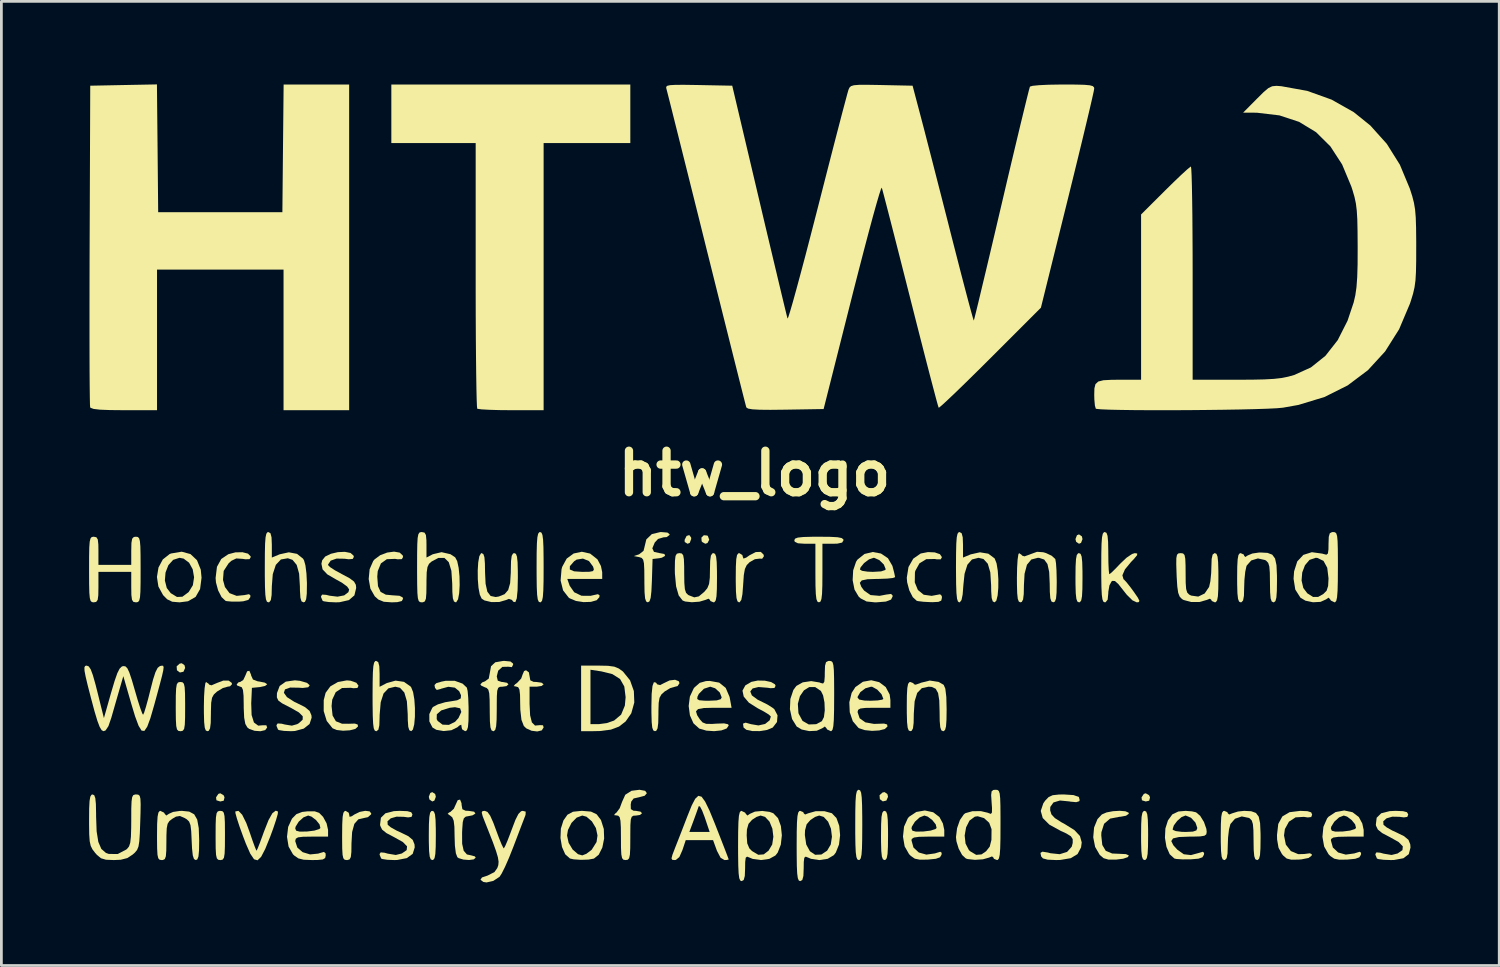
<source format=kicad_pcb>
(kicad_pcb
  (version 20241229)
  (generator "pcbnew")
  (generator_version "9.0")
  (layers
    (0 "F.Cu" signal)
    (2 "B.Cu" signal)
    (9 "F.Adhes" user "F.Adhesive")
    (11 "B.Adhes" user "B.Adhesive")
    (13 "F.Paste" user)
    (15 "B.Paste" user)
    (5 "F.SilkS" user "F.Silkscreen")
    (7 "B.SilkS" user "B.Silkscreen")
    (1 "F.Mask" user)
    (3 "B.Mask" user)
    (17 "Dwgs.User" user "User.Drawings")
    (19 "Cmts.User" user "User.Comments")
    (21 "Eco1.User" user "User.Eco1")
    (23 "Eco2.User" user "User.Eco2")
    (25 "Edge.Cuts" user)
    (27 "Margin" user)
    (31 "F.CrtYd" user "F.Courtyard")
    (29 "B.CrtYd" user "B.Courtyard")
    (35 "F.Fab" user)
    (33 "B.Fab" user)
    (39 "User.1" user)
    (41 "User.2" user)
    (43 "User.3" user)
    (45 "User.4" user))
  (footprint "htw_logo"
    (layer "F.Cu")
    (at 24.214 14.059)
    (property "Reference" "htw_logo" (at 0 0 0) (layer "F.SilkS") (effects (font (size 1.5 1.5) (thickness 0.3))))
    (attr board_only exclude_from_pos_files exclude_from_bom)
    (fp_poly (pts (xy -20.597 6.928) (xy -20.574 7.027) (xy -20.634 7.164) (xy -20.763 7.193) (xy -20.87 7.112) (xy -20.881 6.97) (xy -20.771 6.871) (xy -20.696 6.858)) (stroke (width 0) (type solid)) (fill yes) (layer "F.SilkS"))
    (fp_poly (pts (xy -19.184 11.627) (xy -19.151 11.705) (xy -19.18 11.825) (xy -19.304 11.853) (xy -19.443 11.81) (xy -19.457 11.705) (xy -19.374 11.579) (xy -19.304 11.557)) (stroke (width 0) (type solid)) (fill yes) (layer "F.SilkS"))
    (fp_poly (pts (xy -11.538 11.585) (xy -11.515 11.684) (xy -11.568 11.822) (xy -11.642 11.853) (xy -11.745 11.783) (xy -11.769 11.684) (xy -11.716 11.546) (xy -11.642 11.515)) (stroke (width 0) (type solid)) (fill yes) (layer "F.SilkS"))
    (fp_poly (pts (xy -2.291 2.313) (xy -2.286 2.364) (xy -2.34 2.509) (xy -2.419 2.54) (xy -2.521 2.477) (xy -2.525 2.399) (xy -2.454 2.258) (xy -2.357 2.226)) (stroke (width 0) (type solid)) (fill yes) (layer "F.SilkS"))
    (fp_poly (pts (xy 4.803 11.585) (xy 4.826 11.684) (xy 4.766 11.82) (xy 4.637 11.85) (xy 4.53 11.769) (xy 4.519 11.627) (xy 4.629 11.527) (xy 4.704 11.515)) (stroke (width 0) (type solid)) (fill yes) (layer "F.SilkS"))
    (fp_poly (pts (xy 11.83 2.272) (xy 11.853 2.371) (xy 11.8 2.509) (xy 11.726 2.54) (xy 11.623 2.469) (xy 11.599 2.371) (xy 11.652 2.233) (xy 11.726 2.201)) (stroke (width 0) (type solid)) (fill yes) (layer "F.SilkS"))
    (fp_poly (pts (xy 14.259 11.627) (xy 14.293 11.705) (xy 14.263 11.825) (xy 14.139 11.853) (xy 14 11.81) (xy 13.986 11.705) (xy 14.07 11.579) (xy 14.139 11.557)) (stroke (width 0) (type solid)) (fill yes) (layer "F.SilkS"))
    (fp_poly (pts (xy -1.707 2.243) (xy -1.684 2.262) (xy -1.636 2.395) (xy -1.698 2.513) (xy -1.778 2.54) (xy -1.887 2.478) (xy -1.91 2.448) (xy -1.919 2.319) (xy -1.83 2.232)) (stroke (width 0) (type solid)) (fill yes) (layer "F.SilkS"))
    (fp_poly (pts (xy -11.584 12.219) (xy -11.546 12.319) (xy -11.525 12.519) (xy -11.516 12.847) (xy -11.515 13.081) (xy -11.519 13.487) (xy -11.533 13.751) (xy -11.561 13.901) (xy -11.608 13.963) (xy -11.642 13.97) (xy -11.7 13.943) (xy -11.737 13.843) (xy -11.759 13.643) (xy -11.768 13.315) (xy -11.769 13.081) (xy -11.765 12.675) (xy -11.75 12.411) (xy -11.722 12.261) (xy -11.675 12.199) (xy -11.642 12.192)) (stroke (width 0) (type solid)) (fill yes) (layer "F.SilkS"))
    (fp_poly (pts (xy 4.757 12.219) (xy 4.795 12.319) (xy 4.816 12.519) (xy 4.825 12.847) (xy 4.826 13.081) (xy 4.822 13.487) (xy 4.808 13.751) (xy 4.779 13.901) (xy 4.732 13.963) (xy 4.699 13.97) (xy 4.641 13.943) (xy 4.603 13.843) (xy 4.582 13.643) (xy 4.573 13.315) (xy 4.572 13.081) (xy 4.576 12.675) (xy 4.59 12.411) (xy 4.619 12.261) (xy 4.666 12.199) (xy 4.699 12.192)) (stroke (width 0) (type solid)) (fill yes) (layer "F.SilkS"))
    (fp_poly (pts (xy 11.784 2.906) (xy 11.822 3.006) (xy 11.843 3.206) (xy 11.852 3.533) (xy 11.853 3.768) (xy 11.849 4.174) (xy 11.835 4.438) (xy 11.807 4.587) (xy 11.76 4.65) (xy 11.726 4.657) (xy 11.668 4.629) (xy 11.631 4.529) (xy 11.609 4.329) (xy 11.6 4.002) (xy 11.599 3.768) (xy 11.603 3.362) (xy 11.618 3.098) (xy 11.646 2.948) (xy 11.693 2.886) (xy 11.726 2.879)) (stroke (width 0) (type solid)) (fill yes) (layer "F.SilkS"))
    (fp_poly (pts (xy 14.155 12.219) (xy 14.193 12.319) (xy 14.214 12.519) (xy 14.223 12.847) (xy 14.224 13.081) (xy 14.22 13.487) (xy 14.206 13.751) (xy 14.177 13.901) (xy 14.13 13.963) (xy 14.097 13.97) (xy 14.039 13.943) (xy 14.001 13.843) (xy 13.98 13.643) (xy 13.971 13.315) (xy 13.97 13.081) (xy 13.974 12.675) (xy 13.988 12.411) (xy 14.017 12.261) (xy 14.064 12.199) (xy 14.097 12.192)) (stroke (width 0) (type solid)) (fill yes) (layer "F.SilkS"))
    (fp_poly (pts (xy -20.668 7.546) (xy -20.619 7.6) (xy -20.591 7.725) (xy -20.578 7.953) (xy -20.574 8.313) (xy -20.574 8.424) (xy -20.576 8.821) (xy -20.586 9.078) (xy -20.61 9.226) (xy -20.654 9.294) (xy -20.722 9.313) (xy -20.743 9.313) (xy -20.819 9.302) (xy -20.868 9.249) (xy -20.896 9.123) (xy -20.909 8.895) (xy -20.913 8.536) (xy -20.913 8.424) (xy -20.911 8.028) (xy -20.9 7.771) (xy -20.876 7.623) (xy -20.833 7.554) (xy -20.765 7.536) (xy -20.743 7.535)) (stroke (width 0) (type solid)) (fill yes) (layer "F.SilkS"))
    (fp_poly (pts (xy -19.228 12.203) (xy -19.179 12.257) (xy -19.151 12.382) (xy -19.138 12.61) (xy -19.135 12.97) (xy -19.135 13.081) (xy -19.137 13.478) (xy -19.147 13.735) (xy -19.171 13.883) (xy -19.214 13.951) (xy -19.283 13.97) (xy -19.304 13.97) (xy -19.38 13.959) (xy -19.429 13.905) (xy -19.457 13.78) (xy -19.47 13.552) (xy -19.473 13.192) (xy -19.473 13.081) (xy -19.471 12.684) (xy -19.461 12.427) (xy -19.437 12.279) (xy -19.394 12.211) (xy -19.325 12.192) (xy -19.304 12.192)) (stroke (width 0) (type solid)) (fill yes) (layer "F.SilkS"))
    (fp_poly (pts (xy -7.697 2.14) (xy -7.662 2.225) (xy -7.639 2.395) (xy -7.626 2.674) (xy -7.621 3.085) (xy -7.62 3.387) (xy -7.622 3.884) (xy -7.631 4.235) (xy -7.648 4.464) (xy -7.676 4.595) (xy -7.717 4.65) (xy -7.747 4.657) (xy -7.797 4.634) (xy -7.832 4.549) (xy -7.855 4.379) (xy -7.868 4.1) (xy -7.873 3.688) (xy -7.874 3.387) (xy -7.872 2.89) (xy -7.863 2.538) (xy -7.846 2.309) (xy -7.818 2.179) (xy -7.777 2.124) (xy -7.747 2.117)) (stroke (width 0) (type solid)) (fill yes) (layer "F.SilkS"))
    (fp_poly (pts (xy 3.817 11.453) (xy 3.853 11.538) (xy 3.875 11.708) (xy 3.888 11.987) (xy 3.894 12.398) (xy 3.895 12.7) (xy 3.892 13.197) (xy 3.884 13.548) (xy 3.867 13.777) (xy 3.839 13.908) (xy 3.798 13.963) (xy 3.768 13.97) (xy 3.718 13.947) (xy 3.683 13.862) (xy 3.66 13.692) (xy 3.647 13.413) (xy 3.641 13.002) (xy 3.641 12.7) (xy 3.643 12.203) (xy 3.651 11.852) (xy 3.668 11.623) (xy 3.696 11.492) (xy 3.737 11.437) (xy 3.768 11.43)) (stroke (width 0) (type solid)) (fill yes) (layer "F.SilkS"))
    (fp_poly (pts (xy -4.487 -12.996) (xy -4.487 -11.938) (xy -6.054 -11.938) (xy -7.62 -11.938) (xy -7.62 -7.112) (xy -7.62 -2.286) (xy -8.791 -2.286) (xy -9.221 -2.29) (xy -9.588 -2.301) (xy -9.86 -2.316) (xy -10.005 -2.336) (xy -10.019 -2.342) (xy -10.029 -2.435) (xy -10.039 -2.682) (xy -10.048 -3.067) (xy -10.056 -3.576) (xy -10.063 -4.193) (xy -10.069 -4.902) (xy -10.073 -5.689) (xy -10.075 -6.537) (xy -10.075 -7.168) (xy -10.075 -11.938) (xy -11.599 -11.938) (xy -13.123 -11.938) (xy -13.123 -12.996) (xy -13.123 -14.055) (xy -8.805 -14.055) (xy -4.487 -14.055)) (stroke (width 0) (type solid)) (fill yes) (layer "F.SilkS"))
    (fp_poly (pts (xy -14.595 7.489) (xy -14.386 7.563) (xy -14.309 7.67) (xy -14.349 7.752) (xy -14.494 7.76) (xy -14.588 7.745) (xy -14.903 7.753) (xy -15.131 7.901) (xy -15.259 8.175) (xy -15.282 8.404) (xy -15.246 8.747) (xy -15.127 8.954) (xy -14.905 9.043) (xy -14.671 9.045) (xy -14.439 9.038) (xy -14.338 9.074) (xy -14.328 9.143) (xy -14.421 9.229) (xy -14.62 9.281) (xy -14.866 9.296) (xy -15.099 9.27) (xy -15.247 9.207) (xy -15.458 8.942) (xy -15.567 8.586) (xy -15.566 8.191) (xy -15.498 7.926) (xy -15.327 7.694) (xy -15.052 7.535) (xy -14.73 7.477)) (stroke (width 0) (type solid)) (fill yes) (layer "F.SilkS"))
    (fp_poly (pts (xy -2.737 7.507) (xy -2.709 7.578) (xy -2.779 7.683) (xy -2.867 7.705) (xy -3.042 7.755) (xy -3.244 7.877) (xy -3.248 7.88) (xy -3.364 7.985) (xy -3.431 8.106) (xy -3.462 8.289) (xy -3.471 8.581) (xy -3.471 8.684) (xy -3.478 9.018) (xy -3.503 9.212) (xy -3.551 9.3) (xy -3.598 9.313) (xy -3.656 9.286) (xy -3.694 9.186) (xy -3.715 8.986) (xy -3.724 8.659) (xy -3.725 8.424) (xy -3.716 7.97) (xy -3.686 7.678) (xy -3.635 7.542) (xy -3.561 7.557) (xy -3.513 7.621) (xy -3.409 7.647) (xy -3.278 7.579) (xy -3.069 7.479) (xy -2.87 7.455)) (stroke (width 0) (type solid)) (fill yes) (layer "F.SilkS"))
    (fp_poly (pts (xy 13.403 12.207) (xy 13.518 12.257) (xy 13.525 12.298) (xy 13.425 12.368) (xy 13.226 12.405) (xy 13.185 12.407) (xy 12.851 12.472) (xy 12.633 12.659) (xy 12.536 12.965) (xy 12.531 13.078) (xy 12.568 13.424) (xy 12.693 13.636) (xy 12.925 13.733) (xy 13.164 13.743) (xy 13.421 13.755) (xy 13.528 13.802) (xy 13.491 13.864) (xy 13.321 13.922) (xy 13.071 13.953) (xy 12.794 13.954) (xy 12.617 13.903) (xy 12.476 13.783) (xy 12.309 13.495) (xy 12.241 13.148) (xy 12.271 12.794) (xy 12.395 12.49) (xy 12.553 12.321) (xy 12.724 12.248) (xy 12.957 12.204) (xy 13.199 12.19)) (stroke (width 0) (type solid)) (fill yes) (layer "F.SilkS"))
    (fp_poly (pts (xy -17.219 12.217) (xy -17.228 12.31) (xy -17.29 12.526) (xy -17.392 12.831) (xy -17.497 13.117) (xy -17.679 13.567) (xy -17.828 13.854) (xy -17.958 13.979) (xy -18.084 13.941) (xy -18.22 13.74) (xy -18.38 13.376) (xy -18.481 13.111) (xy -18.608 12.76) (xy -18.703 12.47) (xy -18.756 12.276) (xy -18.76 12.213) (xy -18.646 12.192) (xy -18.512 12.333) (xy -18.364 12.631) (xy -18.248 12.948) (xy -18.142 13.257) (xy -18.056 13.493) (xy -18.003 13.62) (xy -17.994 13.631) (xy -17.956 13.557) (xy -17.878 13.36) (xy -17.773 13.075) (xy -17.726 12.944) (xy -17.562 12.529) (xy -17.421 12.277) (xy -17.299 12.184)) (stroke (width 0) (type solid)) (fill yes) (layer "F.SilkS"))
    (fp_poly (pts (xy -12.821 2.86) (xy -12.709 2.964) (xy -12.7 3.019) (xy -12.743 3.096) (xy -12.895 3.101) (xy -12.988 3.086) (xy -13.286 3.098) (xy -13.499 3.249) (xy -13.614 3.529) (xy -13.631 3.731) (xy -13.605 4.073) (xy -13.51 4.28) (xy -13.323 4.38) (xy -13.078 4.403) (xy -12.828 4.42) (xy -12.715 4.477) (xy -12.7 4.53) (xy -12.747 4.611) (xy -12.908 4.65) (xy -13.109 4.657) (xy -13.396 4.636) (xy -13.591 4.556) (xy -13.722 4.438) (xy -13.879 4.163) (xy -13.941 3.815) (xy -13.907 3.459) (xy -13.777 3.162) (xy -13.731 3.107) (xy -13.524 2.953) (xy -13.273 2.858) (xy -13.024 2.825)) (stroke (width 0) (type solid)) (fill yes) (layer "F.SilkS"))
    (fp_poly (pts (xy 0.33 2.933) (xy 0.339 2.995) (xy 0.277 3.082) (xy 0.186 3.077) (xy 0.015 3.098) (xy -0.172 3.203) (xy -0.28 3.311) (xy -0.347 3.453) (xy -0.386 3.673) (xy -0.409 4.012) (xy -0.436 4.363) (xy -0.476 4.568) (xy -0.535 4.652) (xy -0.56 4.657) (xy -0.614 4.622) (xy -0.65 4.501) (xy -0.67 4.268) (xy -0.677 3.899) (xy -0.677 3.768) (xy -0.673 3.362) (xy -0.659 3.098) (xy -0.631 2.948) (xy -0.584 2.886) (xy -0.55 2.879) (xy -0.439 2.947) (xy -0.423 3.008) (xy -0.398 3.076) (xy -0.3 3.041) (xy -0.175 2.954) (xy 0.047 2.84) (xy 0.229 2.834)) (stroke (width 0) (type solid)) (fill yes) (layer "F.SilkS"))
    (fp_poly (pts (xy 19.986 12.204) (xy 20.117 12.247) (xy 20.151 12.328) (xy 20.118 12.415) (xy 19.993 12.43) (xy 19.854 12.409) (xy 19.552 12.427) (xy 19.313 12.583) (xy 19.166 12.85) (xy 19.135 13.081) (xy 19.201 13.411) (xy 19.382 13.645) (xy 19.65 13.757) (xy 19.865 13.751) (xy 20.067 13.725) (xy 20.139 13.758) (xy 20.134 13.81) (xy 20.022 13.894) (xy 19.764 13.945) (xy 19.667 13.953) (xy 19.398 13.957) (xy 19.232 13.915) (xy 19.104 13.805) (xy 19.059 13.751) (xy 18.937 13.526) (xy 18.885 13.227) (xy 18.881 13.066) (xy 18.927 12.664) (xy 19.075 12.393) (xy 19.336 12.24) (xy 19.723 12.192)) (stroke (width 0) (type solid)) (fill yes) (layer "F.SilkS"))
    (fp_poly (pts (xy -19.001 7.485) (xy -18.89 7.567) (xy -18.881 7.617) (xy -18.951 7.69) (xy -19.039 7.705) (xy -19.213 7.755) (xy -19.415 7.877) (xy -19.42 7.88) (xy -19.535 7.985) (xy -19.602 8.106) (xy -19.633 8.289) (xy -19.642 8.581) (xy -19.643 8.684) (xy -19.649 9.018) (xy -19.674 9.212) (xy -19.722 9.3) (xy -19.77 9.313) (xy -19.828 9.286) (xy -19.865 9.186) (xy -19.887 8.986) (xy -19.896 8.659) (xy -19.897 8.424) (xy -19.89 8.059) (xy -19.871 7.767) (xy -19.844 7.582) (xy -19.819 7.535) (xy -19.723 7.601) (xy -19.711 7.627) (xy -19.623 7.656) (xy -19.428 7.573) (xy -19.422 7.57) (xy -19.194 7.484)) (stroke (width 0) (type solid)) (fill yes) (layer "F.SilkS"))
    (fp_poly (pts (xy -13.908 12.21) (xy -13.848 12.286) (xy -13.855 12.319) (xy -13.969 12.42) (xy -14.093 12.446) (xy -14.314 12.497) (xy -14.46 12.663) (xy -14.54 12.958) (xy -14.563 13.363) (xy -14.567 13.679) (xy -14.587 13.861) (xy -14.632 13.946) (xy -14.712 13.97) (xy -14.732 13.97) (xy -14.808 13.959) (xy -14.857 13.905) (xy -14.885 13.78) (xy -14.898 13.552) (xy -14.901 13.192) (xy -14.901 13.081) (xy -14.897 12.675) (xy -14.883 12.411) (xy -14.855 12.261) (xy -14.808 12.199) (xy -14.774 12.192) (xy -14.663 12.26) (xy -14.647 12.324) (xy -14.632 12.408) (xy -14.556 12.388) (xy -14.459 12.324) (xy -14.264 12.229) (xy -14.064 12.191)) (stroke (width 0) (type solid)) (fill yes) (layer "F.SilkS"))
    (fp_poly (pts (xy 2.734 2.29) (xy 2.998 2.304) (xy 3.148 2.333) (xy 3.21 2.38) (xy 3.217 2.413) (xy 3.167 2.497) (xy 2.998 2.535) (xy 2.836 2.54) (xy 2.455 2.54) (xy 2.455 3.598) (xy 2.452 4.047) (xy 2.441 4.351) (xy 2.419 4.537) (xy 2.383 4.631) (xy 2.329 4.657) (xy 2.328 4.657) (xy 2.275 4.632) (xy 2.238 4.54) (xy 2.216 4.355) (xy 2.204 4.053) (xy 2.201 3.608) (xy 2.201 3.598) (xy 2.201 2.54) (xy 1.82 2.54) (xy 1.569 2.523) (xy 1.455 2.467) (xy 1.439 2.413) (xy 1.467 2.355) (xy 1.567 2.317) (xy 1.767 2.296) (xy 2.094 2.287) (xy 2.328 2.286)) (stroke (width 0) (type solid)) (fill yes) (layer "F.SilkS"))
    (fp_poly (pts (xy -18.302 2.897) (xy -18.206 2.998) (xy -18.203 3.02) (xy -18.246 3.096) (xy -18.398 3.101) (xy -18.495 3.086) (xy -18.726 3.071) (xy -18.903 3.156) (xy -19.003 3.247) (xy -19.181 3.522) (xy -19.206 3.846) (xy -19.136 4.103) (xy -18.971 4.324) (xy -18.712 4.423) (xy -18.432 4.395) (xy -18.265 4.362) (xy -18.214 4.41) (xy -18.22 4.471) (xy -18.29 4.569) (xy -18.474 4.619) (xy -18.627 4.631) (xy -18.883 4.631) (xy -19.075 4.613) (xy -19.115 4.602) (xy -19.258 4.467) (xy -19.382 4.225) (xy -19.46 3.938) (xy -19.473 3.777) (xy -19.424 3.373) (xy -19.269 3.091) (xy -19.013 2.918) (xy -18.757 2.851) (xy -18.503 2.846)) (stroke (width 0) (type solid)) (fill yes) (layer "F.SilkS"))
    (fp_poly (pts (xy -5.294 6.95) (xy -5.067 6.981) (xy -4.901 7.049) (xy -4.753 7.157) (xy -4.497 7.474) (xy -4.359 7.862) (xy -4.343 8.276) (xy -4.452 8.667) (xy -4.657 8.962) (xy -4.895 9.146) (xy -5.19 9.257) (xy -5.583 9.307) (xy -5.853 9.313) (xy -6.265 9.313) (xy -6.265 8.128) (xy -6.265 8.076) (xy -5.927 8.076) (xy -5.927 9.059) (xy -5.626 9.059) (xy -5.336 9.02) (xy -5.072 8.928) (xy -4.819 8.714) (xy -4.684 8.388) (xy -4.657 8.084) (xy -4.704 7.699) (xy -4.857 7.428) (xy -5.134 7.251) (xy -5.533 7.152) (xy -5.927 7.093) (xy -5.927 8.076) (xy -6.265 8.076) (xy -6.265 6.943) (xy -5.637 6.943)) (stroke (width 0) (type solid)) (fill yes) (layer "F.SilkS"))
    (fp_poly (pts (xy 6.514 2.852) (xy 6.701 2.917) (xy 6.773 3.023) (xy 6.731 3.103) (xy 6.579 3.102) (xy 6.516 3.09) (xy 6.208 3.097) (xy 5.961 3.248) (xy 5.812 3.517) (xy 5.798 3.577) (xy 5.792 3.935) (xy 5.905 4.211) (xy 6.115 4.382) (xy 6.402 4.423) (xy 6.54 4.397) (xy 6.707 4.366) (xy 6.768 4.425) (xy 6.773 4.493) (xy 6.749 4.593) (xy 6.647 4.64) (xy 6.427 4.651) (xy 6.371 4.65) (xy 6.109 4.637) (xy 5.911 4.613) (xy 5.861 4.6) (xy 5.719 4.468) (xy 5.595 4.226) (xy 5.517 3.936) (xy 5.503 3.768) (xy 5.565 3.381) (xy 5.737 3.079) (xy 6 2.896) (xy 6.013 2.891) (xy 6.268 2.841)) (stroke (width 0) (type solid)) (fill yes) (layer "F.SilkS"))
    (fp_poly (pts (xy -21.57 -11.75) (xy -21.548 -9.44) (xy -19.304 -9.44) (xy -17.06 -9.44) (xy -17.038 -11.748) (xy -17.015 -14.055) (xy -15.831 -14.055) (xy -14.647 -14.055) (xy -14.647 -8.17) (xy -14.647 -2.286) (xy -15.833 -2.286) (xy -17.018 -2.286) (xy -17.018 -4.826) (xy -17.018 -7.366) (xy -19.304 -7.366) (xy -21.59 -7.366) (xy -21.59 -4.826) (xy -21.59 -2.286) (xy -22.778 -2.286) (xy -23.291 -2.291) (xy -23.652 -2.305) (xy -23.88 -2.332) (xy -23.991 -2.372) (xy -24.006 -2.392) (xy -24.013 -2.492) (xy -24.018 -2.748) (xy -24.023 -3.145) (xy -24.027 -3.669) (xy -24.029 -4.306) (xy -24.03 -5.042) (xy -24.03 -5.863) (xy -24.029 -6.755) (xy -24.027 -7.703) (xy -24.025 -8.255) (xy -24.003 -14.012) (xy -22.798 -14.036) (xy -21.593 -14.059)) (stroke (width 0) (type solid)) (fill yes) (layer "F.SilkS"))
    (fp_poly (pts (xy -20.381 2.913) (xy -20.146 3.134) (xy -20.009 3.476) (xy -19.981 3.767) (xy -20.034 4.178) (xy -20.196 4.461) (xy -20.47 4.618) (xy -20.774 4.657) (xy -21.041 4.635) (xy -21.223 4.547) (xy -21.371 4.396) (xy -21.54 4.087) (xy -21.574 3.867) (xy -21.306 3.867) (xy -21.238 4.138) (xy -21.094 4.325) (xy -20.868 4.463) (xy -20.673 4.454) (xy -20.46 4.296) (xy -20.443 4.28) (xy -20.294 4.037) (xy -20.251 3.751) (xy -20.3 3.465) (xy -20.431 3.225) (xy -20.63 3.076) (xy -20.779 3.048) (xy -21.007 3.122) (xy -21.179 3.313) (xy -21.282 3.577) (xy -21.306 3.867) (xy -21.574 3.867) (xy -21.593 3.74) (xy -21.537 3.398) (xy -21.381 3.107) (xy -21.134 2.912) (xy -21.08 2.891) (xy -20.699 2.827)) (stroke (width 0) (type solid)) (fill yes) (layer "F.SilkS"))
    (fp_poly (pts (xy -10.587 11.914) (xy -10.583 11.98) (xy -10.556 12.132) (xy -10.44 12.187) (xy -10.329 12.192) (xy -10.132 12.222) (xy -10.084 12.288) (xy -10.19 12.354) (xy -10.308 12.377) (xy -10.431 12.4) (xy -10.503 12.46) (xy -10.541 12.595) (xy -10.56 12.846) (xy -10.566 12.983) (xy -10.564 13.38) (xy -10.508 13.634) (xy -10.392 13.767) (xy -10.234 13.801) (xy -10.102 13.838) (xy -10.075 13.885) (xy -10.147 13.946) (xy -10.316 13.968) (xy -10.519 13.952) (xy -10.689 13.901) (xy -10.736 13.868) (xy -10.791 13.726) (xy -10.826 13.449) (xy -10.837 13.111) (xy -10.844 12.763) (xy -10.87 12.547) (xy -10.922 12.425) (xy -10.986 12.371) (xy -11.087 12.3) (xy -11.038 12.252) (xy -10.993 12.234) (xy -10.865 12.116) (xy -10.801 11.974) (xy -10.723 11.805) (xy -10.639 11.785)) (stroke (width 0) (type solid)) (fill yes) (layer "F.SilkS"))
    (fp_poly (pts (xy -8.153 7.186) (xy -8.128 7.324) (xy -8.101 7.475) (xy -7.984 7.53) (xy -7.874 7.535) (xy -7.696 7.56) (xy -7.62 7.619) (xy -7.62 7.62) (xy -7.694 7.679) (xy -7.871 7.705) (xy -7.874 7.705) (xy -8.128 7.705) (xy -8.128 8.329) (xy -8.108 8.739) (xy -8.044 8.995) (xy -7.93 9.11) (xy -7.76 9.095) (xy -7.758 9.094) (xy -7.642 9.099) (xy -7.62 9.177) (xy -7.687 9.284) (xy -7.851 9.323) (xy -8.056 9.297) (xy -8.246 9.211) (xy -8.335 9.125) (xy -8.421 8.903) (xy -8.462 8.539) (xy -8.467 8.321) (xy -8.472 7.998) (xy -8.494 7.811) (xy -8.54 7.723) (xy -8.615 7.7) (xy -8.7 7.683) (xy -8.651 7.62) (xy -8.573 7.563) (xy -8.43 7.409) (xy -8.382 7.271) (xy -8.326 7.14) (xy -8.255 7.112)) (stroke (width 0) (type solid)) (fill yes) (layer "F.SilkS"))
    (fp_poly (pts (xy -18.193 7.272) (xy -18.188 7.303) (xy -18.123 7.446) (xy -17.952 7.511) (xy -17.886 7.52) (xy -17.698 7.558) (xy -17.611 7.614) (xy -17.611 7.62) (xy -17.685 7.678) (xy -17.865 7.718) (xy -17.886 7.72) (xy -18.161 7.747) (xy -18.186 8.309) (xy -18.172 8.729) (xy -18.088 8.998) (xy -17.933 9.113) (xy -17.771 9.099) (xy -17.639 9.099) (xy -17.611 9.181) (xy -17.681 9.274) (xy -17.852 9.314) (xy -18.064 9.299) (xy -18.257 9.231) (xy -18.324 9.18) (xy -18.399 9.051) (xy -18.441 8.825) (xy -18.457 8.47) (xy -18.457 8.376) (xy -18.463 8.03) (xy -18.485 7.823) (xy -18.529 7.725) (xy -18.584 7.705) (xy -18.697 7.659) (xy -18.711 7.62) (xy -18.643 7.545) (xy -18.586 7.535) (xy -18.474 7.463) (xy -18.407 7.324) (xy -18.333 7.149) (xy -18.253 7.131)) (stroke (width 0) (type solid)) (fill yes) (layer "F.SilkS"))
    (fp_poly (pts (xy -3.145 2.136) (xy -3.067 2.197) (xy -3.071 2.223) (xy -3.174 2.299) (xy -3.289 2.308) (xy -3.484 2.366) (xy -3.604 2.495) (xy -3.692 2.705) (xy -3.632 2.834) (xy -3.426 2.879) (xy -3.424 2.879) (xy -3.254 2.91) (xy -3.23 2.978) (xy -3.347 3.044) (xy -3.45 3.064) (xy -3.683 3.09) (xy -3.707 3.873) (xy -3.725 4.256) (xy -3.752 4.496) (xy -3.793 4.62) (xy -3.854 4.657) (xy -3.856 4.657) (xy -3.915 4.625) (xy -3.953 4.513) (xy -3.973 4.292) (xy -3.979 3.934) (xy -3.979 3.858) (xy -3.982 3.486) (xy -3.994 3.25) (xy -4.023 3.116) (xy -4.077 3.052) (xy -4.164 3.023) (xy -4.17 3.022) (xy -4.36 2.985) (xy -4.17 2.922) (xy -4.01 2.797) (xy -3.979 2.676) (xy -3.909 2.384) (xy -3.709 2.191) (xy -3.4 2.117) (xy -3.375 2.117)) (stroke (width 0) (type solid)) (fill yes) (layer "F.SilkS"))
    (fp_poly (pts (xy 0.374 7.488) (xy 0.6 7.537) (xy 0.74 7.62) (xy 0.762 7.674) (xy 0.721 7.752) (xy 0.574 7.759) (xy 0.473 7.743) (xy 0.144 7.717) (xy -0.068 7.769) (xy -0.152 7.877) (xy -0.095 8.02) (xy 0.115 8.175) (xy 0.208 8.22) (xy 0.461 8.346) (xy 0.662 8.473) (xy 0.716 8.517) (xy 0.833 8.739) (xy 0.813 8.982) (xy 0.66 9.181) (xy 0.658 9.182) (xy 0.455 9.268) (xy 0.191 9.31) (xy -0.077 9.309) (xy -0.292 9.264) (xy -0.394 9.183) (xy -0.415 9.04) (xy -0.319 9.005) (xy -0.128 9.059) (xy 0.142 9.105) (xy 0.384 9.052) (xy 0.549 8.919) (xy 0.591 8.783) (xy 0.522 8.715) (xy 0.341 8.603) (xy 0.124 8.489) (xy -0.202 8.283) (xy -0.389 8.062) (xy -0.434 7.848) (xy -0.331 7.659) (xy -0.112 7.53) (xy 0.119 7.483)) (stroke (width 0) (type solid)) (fill yes) (layer "F.SilkS"))
    (fp_poly (pts (xy -8.62 2.906) (xy -8.583 3.006) (xy -8.561 3.206) (xy -8.552 3.533) (xy -8.551 3.768) (xy -8.561 4.222) (xy -8.59 4.514) (xy -8.642 4.65) (xy -8.716 4.635) (xy -8.763 4.572) (xy -8.876 4.533) (xy -8.974 4.572) (xy -9.221 4.644) (xy -9.507 4.648) (xy -9.758 4.588) (xy -9.858 4.524) (xy -9.926 4.379) (xy -9.973 4.132) (xy -9.998 3.826) (xy -10.001 3.504) (xy -9.983 3.211) (xy -9.943 2.989) (xy -9.88 2.882) (xy -9.864 2.879) (xy -9.798 2.911) (xy -9.759 3.027) (xy -9.741 3.258) (xy -9.737 3.55) (xy -9.717 3.986) (xy -9.653 4.273) (xy -9.534 4.427) (xy -9.352 4.465) (xy -9.238 4.446) (xy -9.032 4.363) (xy -8.901 4.213) (xy -8.83 3.964) (xy -8.806 3.585) (xy -8.805 3.497) (xy -8.798 3.167) (xy -8.773 2.975) (xy -8.724 2.891) (xy -8.678 2.879)) (stroke (width 0) (type solid)) (fill yes) (layer "F.SilkS"))
    (fp_poly (pts (xy -5.908 12.219) (xy -5.703 12.317) (xy -5.554 12.514) (xy -5.543 12.537) (xy -5.445 12.847) (xy -5.433 13.191) (xy -5.498 13.517) (xy -5.629 13.778) (xy -5.803 13.917) (xy -5.999 13.953) (xy -6.272 13.962) (xy -6.534 13.944) (xy -6.669 13.913) (xy -6.839 13.762) (xy -6.956 13.498) (xy -7.011 13.173) (xy -7.007 13.081) (xy -6.773 13.081) (xy -6.716 13.348) (xy -6.57 13.591) (xy -6.376 13.758) (xy -6.223 13.801) (xy -6.075 13.744) (xy -5.895 13.607) (xy -5.88 13.593) (xy -5.707 13.318) (xy -5.673 13.081) (xy -5.73 12.814) (xy -5.876 12.571) (xy -6.07 12.404) (xy -6.223 12.361) (xy -6.427 12.437) (xy -6.613 12.627) (xy -6.74 12.882) (xy -6.773 13.081) (xy -7.007 13.081) (xy -6.997 12.835) (xy -6.903 12.537) (xy -6.757 12.33) (xy -6.559 12.224) (xy -6.256 12.192) (xy -6.223 12.192)) (stroke (width 0) (type solid)) (fill yes) (layer "F.SilkS"))
    (fp_poly (pts (xy -16.421 7.494) (xy -16.169 7.567) (xy -16.072 7.655) (xy -16.127 7.726) (xy -16.329 7.751) (xy -16.447 7.742) (xy -16.778 7.736) (xy -16.966 7.803) (xy -17.006 7.925) (xy -16.895 8.082) (xy -16.629 8.252) (xy -16.539 8.294) (xy -16.242 8.443) (xy -16.077 8.581) (xy -16.01 8.74) (xy -16.003 8.826) (xy -16.078 9.054) (xy -16.288 9.22) (xy -16.606 9.306) (xy -16.75 9.313) (xy -17.001 9.303) (xy -17.175 9.275) (xy -17.216 9.257) (xy -17.27 9.128) (xy -17.272 9.094) (xy -17.231 9.033) (xy -17.085 9.043) (xy -16.969 9.072) (xy -16.718 9.113) (xy -16.525 9.059) (xy -16.464 9.023) (xy -16.327 8.897) (xy -16.324 8.774) (xy -16.462 8.636) (xy -16.753 8.469) (xy -16.814 8.439) (xy -17.072 8.305) (xy -17.209 8.202) (xy -17.259 8.091) (xy -17.256 7.936) (xy -17.158 7.679) (xy -16.936 7.522) (xy -16.608 7.475)) (stroke (width 0) (type solid)) (fill yes) (layer "F.SilkS"))
    (fp_poly (pts (xy 6.658 7.535) (xy 6.836 7.637) (xy 6.896 7.777) (xy 6.932 8.077) (xy 6.943 8.519) (xy 6.938 8.9) (xy 6.921 9.14) (xy 6.887 9.268) (xy 6.832 9.312) (xy 6.816 9.313) (xy 6.752 9.282) (xy 6.713 9.169) (xy 6.693 8.944) (xy 6.689 8.611) (xy 6.677 8.201) (xy 6.634 7.934) (xy 6.548 7.78) (xy 6.407 7.714) (xy 6.291 7.705) (xy 6.046 7.759) (xy 5.88 7.93) (xy 5.787 8.232) (xy 5.757 8.678) (xy 5.751 9.013) (xy 5.727 9.21) (xy 5.679 9.299) (xy 5.63 9.313) (xy 5.572 9.286) (xy 5.535 9.186) (xy 5.513 8.986) (xy 5.504 8.659) (xy 5.503 8.424) (xy 5.507 8.018) (xy 5.522 7.754) (xy 5.55 7.605) (xy 5.597 7.542) (xy 5.63 7.535) (xy 5.743 7.578) (xy 5.757 7.614) (xy 5.822 7.633) (xy 5.982 7.579) (xy 6.015 7.563) (xy 6.336 7.483)) (stroke (width 0) (type solid)) (fill yes) (layer "F.SilkS"))
    (fp_poly (pts (xy -14.596 2.873) (xy -14.486 2.972) (xy -14.478 3.016) (xy -14.519 3.089) (xy -14.666 3.1) (xy -14.816 3.081) (xy -15.103 3.076) (xy -15.314 3.15) (xy -15.408 3.288) (xy -15.409 3.311) (xy -15.339 3.383) (xy -15.156 3.502) (xy -14.901 3.641) (xy -14.625 3.79) (xy -14.471 3.906) (xy -14.405 4.023) (xy -14.393 4.137) (xy -14.458 4.406) (xy -14.656 4.576) (xy -14.99 4.652) (xy -15.127 4.657) (xy -15.382 4.646) (xy -15.562 4.62) (xy -15.607 4.6) (xy -15.661 4.471) (xy -15.663 4.438) (xy -15.623 4.377) (xy -15.48 4.386) (xy -15.354 4.417) (xy -15.067 4.452) (xy -14.825 4.405) (xy -14.675 4.289) (xy -14.647 4.192) (xy -14.719 4.086) (xy -14.908 3.947) (xy -15.113 3.834) (xy -15.435 3.647) (xy -15.608 3.465) (xy -15.649 3.264) (xy -15.623 3.14) (xy -15.512 3.002) (xy -15.306 2.902) (xy -15.053 2.843) (xy -14.801 2.832)) (stroke (width 0) (type solid)) (fill yes) (layer "F.SilkS"))
    (fp_poly (pts (xy -12.546 12.203) (xy -12.405 12.241) (xy -12.362 12.318) (xy -12.361 12.326) (xy -12.394 12.411) (xy -12.519 12.428) (xy -12.679 12.407) (xy -12.936 12.402) (xy -13.144 12.462) (xy -13.262 12.568) (xy -13.254 12.694) (xy -13.143 12.787) (xy -12.932 12.905) (xy -12.798 12.966) (xy -12.509 13.107) (xy -12.35 13.241) (xy -12.285 13.405) (xy -12.278 13.512) (xy -12.351 13.746) (xy -12.565 13.9) (xy -12.911 13.967) (xy -13.01 13.97) (xy -13.265 13.96) (xy -13.445 13.933) (xy -13.49 13.914) (xy -13.544 13.784) (xy -13.547 13.752) (xy -13.508 13.692) (xy -13.368 13.705) (xy -13.251 13.738) (xy -12.962 13.786) (xy -12.743 13.732) (xy -12.568 13.61) (xy -12.555 13.474) (xy -12.705 13.319) (xy -13.018 13.144) (xy -13.3 12.995) (xy -13.457 12.868) (xy -13.523 12.732) (xy -13.53 12.689) (xy -13.5 12.441) (xy -13.336 12.28) (xy -13.031 12.202) (xy -12.821 12.192)) (stroke (width 0) (type solid)) (fill yes) (layer "F.SilkS"))
    (fp_poly (pts (xy -5.94 2.895) (xy -5.68 3.1) (xy -5.671 3.111) (xy -5.549 3.343) (xy -5.503 3.567) (xy -5.503 3.81) (xy -6.134 3.81) (xy -6.765 3.81) (xy -6.678 4.058) (xy -6.515 4.292) (xy -6.25 4.419) (xy -5.924 4.422) (xy -5.839 4.402) (xy -5.661 4.363) (xy -5.6 4.398) (xy -5.605 4.471) (xy -5.702 4.58) (xy -5.911 4.64) (xy -6.177 4.649) (xy -6.45 4.607) (xy -6.677 4.512) (xy -6.712 4.488) (xy -6.917 4.224) (xy -7.006 3.868) (xy -6.973 3.469) (xy -6.674 3.469) (xy -6.52 3.536) (xy -6.226 3.556) (xy -5.962 3.552) (xy -5.834 3.527) (xy -5.804 3.466) (xy -5.833 3.365) (xy -5.98 3.166) (xy -6.199 3.076) (xy -6.429 3.113) (xy -6.517 3.173) (xy -6.671 3.35) (xy -6.674 3.469) (xy -6.973 3.469) (xy -6.972 3.46) (xy -6.948 3.372) (xy -6.786 3.076) (xy -6.535 2.892) (xy -6.239 2.829)) (stroke (width 0) (type solid)) (fill yes) (layer "F.SilkS"))
    (fp_poly (pts (xy -3.951 11.468) (xy -3.889 11.553) (xy -3.966 11.645) (xy -4.17 11.7) (xy -4.367 11.744) (xy -4.453 11.856) (xy -4.472 11.959) (xy -4.468 12.128) (xy -4.374 12.187) (xy -4.281 12.192) (xy -4.12 12.22) (xy -4.064 12.277) (xy -4.136 12.34) (xy -4.276 12.361) (xy -4.374 12.367) (xy -4.436 12.405) (xy -4.47 12.507) (xy -4.484 12.704) (xy -4.487 13.03) (xy -4.487 13.166) (xy -4.49 13.54) (xy -4.502 13.775) (xy -4.53 13.905) (xy -4.581 13.959) (xy -4.657 13.97) (xy -4.735 13.958) (xy -4.785 13.9) (xy -4.812 13.766) (xy -4.824 13.524) (xy -4.826 13.166) (xy -4.829 12.789) (xy -4.843 12.551) (xy -4.873 12.42) (xy -4.925 12.367) (xy -4.974 12.359) (xy -5.075 12.345) (xy -5.03 12.287) (xy -4.985 12.252) (xy -4.871 12.098) (xy -4.788 11.875) (xy -4.788 11.873) (xy -4.669 11.61) (xy -4.445 11.467) (xy -4.154 11.43)) (stroke (width 0) (type solid)) (fill yes) (layer "F.SilkS"))
    (fp_poly (pts (xy 7.485 2.159) (xy 7.525 2.306) (xy 7.535 2.578) (xy 7.535 3.039) (xy 7.811 2.924) (xy 8.147 2.849) (xy 8.45 2.899) (xy 8.673 3.066) (xy 8.681 3.077) (xy 8.748 3.249) (xy 8.791 3.513) (xy 8.812 3.823) (xy 8.81 4.137) (xy 8.786 4.409) (xy 8.739 4.597) (xy 8.678 4.657) (xy 8.61 4.623) (xy 8.571 4.5) (xy 8.554 4.259) (xy 8.551 4.041) (xy 8.522 3.577) (xy 8.431 3.263) (xy 8.275 3.091) (xy 8.094 3.048) (xy 7.859 3.108) (xy 7.694 3.297) (xy 7.591 3.626) (xy 7.549 4.029) (xy 7.522 4.375) (xy 7.481 4.575) (xy 7.42 4.653) (xy 7.399 4.657) (xy 7.352 4.627) (xy 7.319 4.523) (xy 7.298 4.322) (xy 7.286 4.003) (xy 7.282 3.543) (xy 7.281 3.387) (xy 7.284 2.89) (xy 7.292 2.538) (xy 7.309 2.309) (xy 7.337 2.179) (xy 7.378 2.124) (xy 7.408 2.117)) (stroke (width 0) (type solid)) (fill yes) (layer "F.SilkS"))
    (fp_poly (pts (xy 23.437 12.203) (xy 23.579 12.241) (xy 23.622 12.318) (xy 23.622 12.326) (xy 23.59 12.411) (xy 23.465 12.428) (xy 23.304 12.407) (xy 23.048 12.402) (xy 22.84 12.462) (xy 22.721 12.568) (xy 22.729 12.694) (xy 22.841 12.787) (xy 23.051 12.905) (xy 23.185 12.966) (xy 23.473 13.107) (xy 23.633 13.241) (xy 23.697 13.404) (xy 23.705 13.519) (xy 23.643 13.757) (xy 23.447 13.905) (xy 23.11 13.967) (xy 22.995 13.97) (xy 22.733 13.96) (xy 22.546 13.935) (xy 22.493 13.914) (xy 22.439 13.784) (xy 22.437 13.752) (xy 22.475 13.692) (xy 22.615 13.705) (xy 22.732 13.738) (xy 23.021 13.786) (xy 23.24 13.732) (xy 23.415 13.61) (xy 23.428 13.474) (xy 23.278 13.319) (xy 22.966 13.144) (xy 22.683 12.995) (xy 22.526 12.868) (xy 22.46 12.732) (xy 22.453 12.689) (xy 22.483 12.441) (xy 22.647 12.28) (xy 22.952 12.202) (xy 23.162 12.192)) (stroke (width 0) (type solid)) (fill yes) (layer "F.SilkS"))
    (fp_poly (pts (xy -17.491 2.159) (xy -17.452 2.306) (xy -17.441 2.578) (xy -17.441 3.039) (xy -17.157 2.921) (xy -16.827 2.849) (xy -16.531 2.905) (xy -16.315 3.077) (xy -16.278 3.139) (xy -16.227 3.322) (xy -16.19 3.615) (xy -16.173 3.958) (xy -16.173 4) (xy -16.178 4.342) (xy -16.201 4.544) (xy -16.245 4.639) (xy -16.298 4.657) (xy -16.369 4.621) (xy -16.408 4.492) (xy -16.425 4.239) (xy -16.427 4.085) (xy -16.455 3.621) (xy -16.543 3.304) (xy -16.695 3.121) (xy -16.862 3.064) (xy -17.114 3.108) (xy -17.297 3.302) (xy -17.407 3.639) (xy -17.441 4.075) (xy -17.449 4.394) (xy -17.477 4.575) (xy -17.531 4.649) (xy -17.568 4.657) (xy -17.618 4.634) (xy -17.653 4.549) (xy -17.676 4.379) (xy -17.689 4.1) (xy -17.695 3.688) (xy -17.695 3.387) (xy -17.693 2.89) (xy -17.685 2.538) (xy -17.668 2.309) (xy -17.64 2.179) (xy -17.599 2.124) (xy -17.568 2.117)) (stroke (width 0) (type solid)) (fill yes) (layer "F.SilkS"))
    (fp_poly (pts (xy -13.597 6.815) (xy -13.558 6.961) (xy -13.547 7.241) (xy -13.547 7.709) (xy -13.286 7.574) (xy -12.97 7.486) (xy -12.666 7.53) (xy -12.429 7.697) (xy -12.404 7.73) (xy -12.336 7.904) (xy -12.291 8.168) (xy -12.27 8.479) (xy -12.271 8.793) (xy -12.295 9.066) (xy -12.343 9.253) (xy -12.404 9.313) (xy -12.472 9.279) (xy -12.511 9.157) (xy -12.528 8.915) (xy -12.531 8.697) (xy -12.561 8.231) (xy -12.653 7.916) (xy -12.81 7.745) (xy -12.98 7.706) (xy -13.23 7.766) (xy -13.404 7.95) (xy -13.507 8.268) (xy -13.546 8.733) (xy -13.547 8.811) (xy -13.557 9.104) (xy -13.592 9.261) (xy -13.66 9.313) (xy -13.674 9.313) (xy -13.723 9.29) (xy -13.759 9.205) (xy -13.781 9.035) (xy -13.794 8.756) (xy -13.8 8.345) (xy -13.801 8.043) (xy -13.798 7.546) (xy -13.79 7.195) (xy -13.773 6.966) (xy -13.745 6.835) (xy -13.704 6.78) (xy -13.674 6.773)) (stroke (width 0) (type solid)) (fill yes) (layer "F.SilkS"))
    (fp_poly (pts (xy 10.435 2.847) (xy 10.534 2.876) (xy 10.741 2.974) (xy 10.866 3.088) (xy 10.872 3.101) (xy 10.895 3.243) (xy 10.913 3.504) (xy 10.921 3.837) (xy 10.922 3.944) (xy 10.916 4.302) (xy 10.896 4.52) (xy 10.857 4.628) (xy 10.795 4.657) (xy 10.73 4.625) (xy 10.69 4.508) (xy 10.672 4.277) (xy 10.668 3.985) (xy 10.649 3.556) (xy 10.586 3.272) (xy 10.468 3.11) (xy 10.286 3.05) (xy 10.239 3.048) (xy 10.004 3.109) (xy 9.846 3.298) (xy 9.759 3.626) (xy 9.737 4.022) (xy 9.73 4.357) (xy 9.706 4.553) (xy 9.658 4.642) (xy 9.61 4.657) (xy 9.552 4.629) (xy 9.514 4.529) (xy 9.493 4.329) (xy 9.484 4.002) (xy 9.483 3.768) (xy 9.49 3.403) (xy 9.508 3.11) (xy 9.535 2.926) (xy 9.56 2.879) (xy 9.657 2.944) (xy 9.667 2.967) (xy 9.757 2.996) (xy 9.956 2.925) (xy 9.971 2.918) (xy 10.21 2.831)) (stroke (width 0) (type solid)) (fill yes) (layer "F.SilkS"))
    (fp_poly (pts (xy -8.817 6.795) (xy -8.726 6.868) (xy -8.721 6.906) (xy -8.767 6.998) (xy -8.894 6.984) (xy -9.109 6.989) (xy -9.262 7.127) (xy -9.313 7.334) (xy -9.276 7.488) (xy -9.132 7.535) (xy -9.102 7.535) (xy -8.943 7.564) (xy -8.89 7.62) (xy -8.962 7.684) (xy -9.102 7.705) (xy -9.2 7.71) (xy -9.262 7.748) (xy -9.296 7.85) (xy -9.31 8.048) (xy -9.313 8.373) (xy -9.313 8.509) (xy -9.318 8.892) (xy -9.335 9.135) (xy -9.368 9.265) (xy -9.422 9.312) (xy -9.44 9.313) (xy -9.502 9.284) (xy -9.541 9.176) (xy -9.561 8.961) (xy -9.567 8.61) (xy -9.567 8.543) (xy -9.571 8.176) (xy -9.585 7.945) (xy -9.618 7.814) (xy -9.677 7.751) (xy -9.737 7.729) (xy -9.874 7.666) (xy -9.906 7.62) (xy -9.836 7.549) (xy -9.737 7.511) (xy -9.603 7.412) (xy -9.567 7.222) (xy -9.52 6.966) (xy -9.366 6.823) (xy -9.082 6.774) (xy -9.042 6.773)) (stroke (width 0) (type solid)) (fill yes) (layer "F.SilkS"))
    (fp_poly (pts (xy -8.267 12.22) (xy -8.273 12.335) (xy -8.29 12.383) (xy -8.349 12.536) (xy -8.453 12.807) (xy -8.586 13.158) (xy -8.718 13.504) (xy -8.87 13.886) (xy -9.015 14.217) (xy -9.138 14.461) (xy -9.213 14.575) (xy -9.44 14.724) (xy -9.684 14.779) (xy -9.8 14.76) (xy -9.902 14.68) (xy -9.847 14.598) (xy -9.651 14.533) (xy -9.399 14.406) (xy -9.294 14.259) (xy -9.257 14.152) (xy -9.247 14.031) (xy -9.272 13.869) (xy -9.34 13.641) (xy -9.455 13.321) (xy -9.627 12.883) (xy -9.725 12.636) (xy -9.823 12.385) (xy -9.857 12.253) (xy -9.829 12.201) (xy -9.745 12.192) (xy -9.648 12.232) (xy -9.55 12.368) (xy -9.435 12.626) (xy -9.345 12.869) (xy -9.231 13.176) (xy -9.135 13.411) (xy -9.071 13.536) (xy -9.059 13.547) (xy -9.013 13.473) (xy -8.927 13.275) (xy -8.818 12.991) (xy -8.773 12.869) (xy -8.639 12.518) (xy -8.532 12.306) (xy -8.436 12.207) (xy -8.375 12.192)) (stroke (width 0) (type solid)) (fill yes) (layer "F.SilkS"))
    (fp_poly (pts (xy 17.95 12.206) (xy 18.12 12.267) (xy 18.221 12.402) (xy 18.271 12.641) (xy 18.287 13.011) (xy 18.288 13.169) (xy 18.283 13.551) (xy 18.267 13.793) (xy 18.233 13.923) (xy 18.179 13.968) (xy 18.161 13.97) (xy 18.097 13.939) (xy 18.059 13.827) (xy 18.039 13.604) (xy 18.034 13.253) (xy 18.029 12.896) (xy 18.01 12.671) (xy 17.969 12.54) (xy 17.897 12.465) (xy 17.866 12.447) (xy 17.609 12.393) (xy 17.363 12.477) (xy 17.198 12.668) (xy 17.147 12.863) (xy 17.113 13.157) (xy 17.103 13.424) (xy 17.094 13.731) (xy 17.063 13.901) (xy 17.003 13.966) (xy 16.976 13.97) (xy 16.918 13.943) (xy 16.88 13.843) (xy 16.859 13.643) (xy 16.85 13.315) (xy 16.849 13.081) (xy 16.853 12.675) (xy 16.867 12.411) (xy 16.895 12.261) (xy 16.942 12.199) (xy 16.976 12.192) (xy 17.088 12.239) (xy 17.103 12.28) (xy 17.154 12.324) (xy 17.266 12.28) (xy 17.471 12.216) (xy 17.695 12.192)) (stroke (width 0) (type solid)) (fill yes) (layer "F.SilkS"))
    (fp_poly (pts (xy 4.506 7.541) (xy 4.741 7.717) (xy 4.885 7.987) (xy 4.911 8.186) (xy 4.911 8.467) (xy 4.318 8.467) (xy 4.005 8.472) (xy 3.826 8.494) (xy 3.744 8.542) (xy 3.725 8.623) (xy 3.8 8.847) (xy 4.007 8.994) (xy 4.32 9.05) (xy 4.443 9.046) (xy 4.683 9.038) (xy 4.792 9.07) (xy 4.806 9.143) (xy 4.712 9.233) (xy 4.507 9.286) (xy 4.247 9.301) (xy 3.986 9.275) (xy 3.779 9.206) (xy 3.753 9.189) (xy 3.552 8.952) (xy 3.442 8.626) (xy 3.427 8.267) (xy 3.469 8.099) (xy 3.725 8.099) (xy 3.784 8.17) (xy 3.973 8.206) (xy 4.191 8.213) (xy 4.446 8.202) (xy 4.615 8.174) (xy 4.657 8.147) (xy 4.59 7.977) (xy 4.435 7.809) (xy 4.258 7.711) (xy 4.214 7.705) (xy 4.009 7.763) (xy 3.825 7.901) (xy 3.728 8.067) (xy 3.725 8.099) (xy 3.469 8.099) (xy 3.511 7.929) (xy 3.646 7.719) (xy 3.919 7.527) (xy 4.219 7.472)) (stroke (width 0) (type solid)) (fill yes) (layer "F.SilkS"))
    (fp_poly (pts (xy 11.53 11.622) (xy 11.721 11.69) (xy 11.752 11.804) (xy 11.732 11.845) (xy 11.625 11.878) (xy 11.418 11.859) (xy 11.377 11.851) (xy 11.04 11.818) (xy 10.804 11.888) (xy 10.689 12.05) (xy 10.684 12.171) (xy 10.73 12.319) (xy 10.853 12.452) (xy 11.087 12.602) (xy 11.214 12.671) (xy 11.562 12.888) (xy 11.76 13.1) (xy 11.825 13.332) (xy 11.801 13.513) (xy 11.674 13.754) (xy 11.429 13.902) (xy 11.052 13.966) (xy 10.901 13.97) (xy 10.594 13.956) (xy 10.422 13.91) (xy 10.359 13.839) (xy 10.333 13.711) (xy 10.406 13.667) (xy 10.602 13.698) (xy 10.695 13.723) (xy 11.03 13.758) (xy 11.296 13.675) (xy 11.463 13.488) (xy 11.499 13.353) (xy 11.499 13.215) (xy 11.435 13.112) (xy 11.273 13.011) (xy 11.063 12.914) (xy 10.656 12.69) (xy 10.416 12.451) (xy 10.344 12.195) (xy 10.437 11.919) (xy 10.505 11.822) (xy 10.628 11.694) (xy 10.774 11.627) (xy 11 11.602) (xy 11.177 11.599)) (stroke (width 0) (type solid)) (fill yes) (layer "F.SilkS"))
    (fp_poly (pts (xy -1.913 11.68) (xy -1.784 11.856) (xy -1.627 12.179) (xy -1.431 12.657) (xy -1.381 12.785) (xy -1.222 13.191) (xy -1.088 13.536) (xy -0.989 13.793) (xy -0.937 13.932) (xy -0.932 13.949) (xy -1.002 13.967) (xy -1.083 13.97) (xy -1.225 13.887) (xy -1.356 13.637) (xy -1.366 13.61) (xy -1.497 13.25) (xy -1.99 13.25) (xy -2.484 13.25) (xy -2.604 13.61) (xy -2.715 13.861) (xy -2.84 13.964) (xy -2.884 13.97) (xy -2.972 13.961) (xy -2.999 13.909) (xy -2.965 13.777) (xy -2.868 13.526) (xy -2.868 13.525) (xy -2.753 13.233) (xy -2.644 12.954) (xy -2.354 12.954) (xy -1.987 12.954) (xy -1.62 12.954) (xy -1.798 12.426) (xy -1.892 12.18) (xy -1.969 12.035) (xy -2.014 12.021) (xy -2.015 12.024) (xy -2.067 12.174) (xy -2.153 12.413) (xy -2.204 12.552) (xy -2.354 12.954) (xy -2.644 12.954) (xy -2.605 12.853) (xy -2.452 12.456) (xy -2.415 12.361) (xy -2.267 11.994) (xy -2.142 11.755) (xy -2.029 11.649)) (stroke (width 0) (type solid)) (fill yes) (layer "F.SilkS"))
    (fp_poly (pts (xy 18.54 2.87) (xy 18.709 2.934) (xy 18.811 3.073) (xy 18.863 3.315) (xy 18.88 3.689) (xy 18.881 3.863) (xy 18.876 4.243) (xy 18.859 4.483) (xy 18.825 4.611) (xy 18.77 4.655) (xy 18.754 4.657) (xy 18.69 4.626) (xy 18.651 4.514) (xy 18.632 4.291) (xy 18.627 3.94) (xy 18.622 3.585) (xy 18.604 3.361) (xy 18.563 3.23) (xy 18.492 3.154) (xy 18.449 3.128) (xy 18.192 3.07) (xy 17.95 3.144) (xy 17.786 3.33) (xy 17.777 3.352) (xy 17.734 3.551) (xy 17.704 3.847) (xy 17.695 4.112) (xy 17.687 4.419) (xy 17.656 4.589) (xy 17.596 4.653) (xy 17.568 4.657) (xy 17.51 4.629) (xy 17.473 4.529) (xy 17.451 4.329) (xy 17.442 4.002) (xy 17.441 3.768) (xy 17.445 3.362) (xy 17.46 3.098) (xy 17.488 2.948) (xy 17.535 2.886) (xy 17.568 2.879) (xy 17.681 2.93) (xy 17.695 2.974) (xy 17.737 3.018) (xy 17.824 2.962) (xy 17.989 2.893) (xy 18.233 2.857) (xy 18.288 2.856)) (stroke (width 0) (type solid)) (fill yes) (layer "F.SilkS"))
    (fp_poly (pts (xy -1.424 2.906) (xy -1.386 3.006) (xy -1.365 3.206) (xy -1.356 3.533) (xy -1.355 3.768) (xy -1.359 4.174) (xy -1.373 4.438) (xy -1.401 4.587) (xy -1.448 4.65) (xy -1.482 4.657) (xy -1.594 4.609) (xy -1.609 4.569) (xy -1.66 4.525) (xy -1.772 4.569) (xy -1.989 4.633) (xy -2.261 4.653) (xy -2.505 4.627) (xy -2.598 4.59) (xy -2.739 4.408) (xy -2.833 4.079) (xy -2.876 3.621) (xy -2.879 3.466) (xy -2.874 3.156) (xy -2.853 2.979) (xy -2.805 2.899) (xy -2.72 2.879) (xy -2.709 2.879) (xy -2.627 2.892) (xy -2.577 2.955) (xy -2.551 3.099) (xy -2.541 3.359) (xy -2.54 3.595) (xy -2.535 3.953) (xy -2.516 4.179) (xy -2.474 4.311) (xy -2.402 4.384) (xy -2.376 4.4) (xy -2.175 4.477) (xy -2.011 4.442) (xy -1.817 4.28) (xy -1.816 4.28) (xy -1.704 4.146) (xy -1.641 3.991) (xy -1.614 3.765) (xy -1.609 3.475) (xy -1.601 3.152) (xy -1.575 2.967) (xy -1.522 2.888) (xy -1.482 2.879)) (stroke (width 0) (type solid)) (fill yes) (layer "F.SilkS"))
    (fp_poly (pts (xy -1.276 7.558) (xy -1.04 7.748) (xy -0.901 8.073) (xy -0.886 8.149) (xy -0.828 8.467) (xy -1.472 8.467) (xy -1.831 8.476) (xy -2.039 8.514) (xy -2.114 8.594) (xy -2.073 8.733) (xy -1.978 8.881) (xy -1.876 8.996) (xy -1.746 9.047) (xy -1.531 9.051) (xy -1.386 9.041) (xy -1.098 9.031) (xy -0.955 9.063) (xy -0.931 9.107) (xy -1.006 9.215) (xy -1.198 9.285) (xy -1.459 9.312) (xy -1.738 9.293) (xy -1.988 9.221) (xy -2.001 9.214) (xy -2.205 9.029) (xy -2.333 8.742) (xy -2.378 8.402) (xy -2.346 8.15) (xy -2.069 8.15) (xy -1.997 8.195) (xy -1.808 8.211) (xy -1.648 8.213) (xy -1.364 8.2) (xy -1.22 8.157) (xy -1.185 8.092) (xy -1.256 7.913) (xy -1.422 7.762) (xy -1.599 7.705) (xy -1.827 7.779) (xy -2.011 7.965) (xy -2.06 8.065) (xy -2.069 8.15) (xy -2.346 8.15) (xy -2.334 8.061) (xy -2.198 7.769) (xy -2.168 7.732) (xy -1.979 7.566) (xy -1.751 7.502) (xy -1.618 7.497)) (stroke (width 0) (type solid)) (fill yes) (layer "F.SilkS"))
    (fp_poly (pts (xy 16.695 2.906) (xy 16.733 3.006) (xy 16.754 3.206) (xy 16.763 3.533) (xy 16.764 3.768) (xy 16.76 4.174) (xy 16.746 4.438) (xy 16.717 4.587) (xy 16.67 4.65) (xy 16.637 4.657) (xy 16.524 4.609) (xy 16.51 4.569) (xy 16.458 4.525) (xy 16.346 4.569) (xy 16.082 4.644) (xy 15.772 4.644) (xy 15.505 4.571) (xy 15.447 4.537) (xy 15.365 4.451) (xy 15.311 4.313) (xy 15.278 4.086) (xy 15.256 3.733) (xy 15.253 3.648) (xy 15.241 3.285) (xy 15.244 3.058) (xy 15.268 2.937) (xy 15.319 2.888) (xy 15.401 2.879) (xy 15.487 2.89) (xy 15.54 2.947) (xy 15.567 3.083) (xy 15.577 3.33) (xy 15.579 3.6) (xy 15.582 3.953) (xy 15.598 4.174) (xy 15.636 4.302) (xy 15.705 4.374) (xy 15.78 4.413) (xy 16.036 4.449) (xy 16.267 4.337) (xy 16.429 4.098) (xy 16.429 4.096) (xy 16.474 3.894) (xy 16.503 3.6) (xy 16.51 3.381) (xy 16.52 3.088) (xy 16.555 2.931) (xy 16.624 2.879) (xy 16.637 2.879)) (stroke (width 0) (type solid)) (fill yes) (layer "F.SilkS"))
    (fp_poly (pts (xy -20.427 12.219) (xy -20.248 12.315) (xy -20.138 12.506) (xy -20.082 12.816) (xy -20.066 13.268) (xy -20.066 13.269) (xy -20.072 13.626) (xy -20.093 13.842) (xy -20.135 13.947) (xy -20.19 13.97) (xy -20.255 13.932) (xy -20.298 13.799) (xy -20.325 13.545) (xy -20.338 13.274) (xy -20.354 12.928) (xy -20.38 12.711) (xy -20.429 12.581) (xy -20.512 12.499) (xy -20.585 12.454) (xy -20.762 12.377) (xy -20.906 12.401) (xy -21.03 12.474) (xy -21.141 12.558) (xy -21.207 12.66) (xy -21.239 12.822) (xy -21.25 13.087) (xy -21.251 13.295) (xy -21.255 13.632) (xy -21.271 13.833) (xy -21.309 13.934) (xy -21.377 13.968) (xy -21.421 13.97) (xy -21.496 13.959) (xy -21.545 13.905) (xy -21.573 13.78) (xy -21.586 13.552) (xy -21.59 13.192) (xy -21.59 13.081) (xy -21.586 12.671) (xy -21.57 12.403) (xy -21.54 12.254) (xy -21.492 12.196) (xy -21.47 12.192) (xy -21.337 12.256) (xy -21.311 12.298) (xy -21.255 12.361) (xy -21.16 12.298) (xy -21.009 12.231) (xy -20.769 12.195) (xy -20.689 12.192)) (stroke (width 0) (type solid)) (fill yes) (layer "F.SilkS"))
    (fp_poly (pts (xy -11.924 2.137) (xy -11.873 2.225) (xy -11.855 2.421) (xy -11.853 2.577) (xy -11.853 3.038) (xy -11.624 2.919) (xy -11.308 2.844) (xy -10.987 2.918) (xy -10.816 3.03) (xy -10.742 3.17) (xy -10.69 3.413) (xy -10.66 3.716) (xy -10.654 4.035) (xy -10.671 4.327) (xy -10.712 4.547) (xy -10.778 4.653) (xy -10.795 4.657) (xy -10.86 4.625) (xy -10.9 4.508) (xy -10.918 4.277) (xy -10.922 3.985) (xy -10.953 3.517) (xy -11.048 3.205) (xy -11.205 3.051) (xy -11.426 3.053) (xy -11.665 3.18) (xy -11.761 3.265) (xy -11.817 3.382) (xy -11.845 3.573) (xy -11.853 3.881) (xy -11.853 3.984) (xy -11.857 4.32) (xy -11.873 4.521) (xy -11.911 4.621) (xy -11.98 4.654) (xy -12.023 4.657) (xy -12.088 4.648) (xy -12.134 4.607) (xy -12.164 4.506) (xy -12.181 4.322) (xy -12.189 4.029) (xy -12.192 3.602) (xy -12.192 3.387) (xy -12.191 2.899) (xy -12.185 2.555) (xy -12.172 2.33) (xy -12.147 2.199) (xy -12.108 2.136) (xy -12.051 2.118) (xy -12.023 2.117)) (stroke (width 0) (type solid)) (fill yes) (layer "F.SilkS"))
    (fp_poly (pts (xy 6.458 12.243) (xy 6.683 12.415) (xy 6.808 12.648) (xy 6.858 12.881) (xy 6.858 13.123) (xy 6.265 13.123) (xy 5.946 13.13) (xy 5.763 13.156) (xy 5.684 13.207) (xy 5.673 13.256) (xy 5.745 13.517) (xy 5.937 13.696) (xy 6.21 13.773) (xy 6.527 13.729) (xy 6.553 13.719) (xy 6.715 13.67) (xy 6.765 13.707) (xy 6.758 13.779) (xy 6.702 13.871) (xy 6.553 13.924) (xy 6.274 13.952) (xy 6.262 13.953) (xy 5.976 13.957) (xy 5.794 13.92) (xy 5.652 13.823) (xy 5.585 13.755) (xy 5.426 13.476) (xy 5.366 13.123) (xy 5.397 12.831) (xy 5.673 12.831) (xy 5.707 12.909) (xy 5.833 12.942) (xy 6.087 12.939) (xy 6.111 12.937) (xy 6.366 12.905) (xy 6.539 12.85) (xy 6.581 12.811) (xy 6.549 12.68) (xy 6.424 12.524) (xy 6.26 12.4) (xy 6.138 12.361) (xy 5.969 12.428) (xy 5.797 12.584) (xy 5.686 12.764) (xy 5.673 12.831) (xy 5.397 12.831) (xy 5.404 12.763) (xy 5.54 12.461) (xy 5.586 12.406) (xy 5.848 12.232) (xy 6.158 12.178)) (stroke (width 0) (type solid)) (fill yes) (layer "F.SilkS"))
    (fp_poly (pts (xy 21.613 12.243) (xy 21.838 12.415) (xy 21.963 12.648) (xy 22.013 12.881) (xy 22.013 13.123) (xy 21.421 13.123) (xy 21.101 13.13) (xy 20.918 13.156) (xy 20.839 13.207) (xy 20.828 13.256) (xy 20.9 13.517) (xy 21.092 13.696) (xy 21.366 13.773) (xy 21.682 13.729) (xy 21.709 13.719) (xy 21.87 13.67) (xy 21.92 13.707) (xy 21.913 13.779) (xy 21.857 13.871) (xy 21.708 13.924) (xy 21.43 13.952) (xy 21.417 13.953) (xy 21.131 13.957) (xy 20.949 13.92) (xy 20.807 13.823) (xy 20.743 13.758) (xy 20.585 13.48) (xy 20.523 13.129) (xy 20.552 12.831) (xy 20.828 12.831) (xy 20.862 12.909) (xy 20.988 12.942) (xy 21.242 12.939) (xy 21.266 12.937) (xy 21.521 12.905) (xy 21.694 12.85) (xy 21.737 12.811) (xy 21.705 12.68) (xy 21.579 12.524) (xy 21.415 12.4) (xy 21.294 12.361) (xy 21.125 12.428) (xy 20.952 12.584) (xy 20.841 12.764) (xy 20.828 12.831) (xy 20.552 12.831) (xy 20.558 12.77) (xy 20.691 12.467) (xy 20.74 12.407) (xy 21.003 12.233) (xy 21.313 12.178)) (stroke (width 0) (type solid)) (fill yes) (layer "F.SilkS"))
    (fp_poly (pts (xy -22.285 2.295) (xy -22.238 2.339) (xy -22.209 2.443) (xy -22.192 2.635) (xy -22.185 2.94) (xy -22.183 3.383) (xy -22.183 3.471) (xy -22.184 3.94) (xy -22.19 4.266) (xy -22.205 4.475) (xy -22.233 4.592) (xy -22.276 4.644) (xy -22.339 4.657) (xy -22.352 4.657) (xy -22.444 4.64) (xy -22.495 4.563) (xy -22.517 4.39) (xy -22.521 4.106) (xy -22.521 3.556) (xy -23.114 3.556) (xy -23.707 3.556) (xy -23.707 4.106) (xy -23.712 4.404) (xy -23.735 4.57) (xy -23.789 4.642) (xy -23.876 4.657) (xy -23.943 4.648) (xy -23.99 4.604) (xy -24.019 4.499) (xy -24.036 4.308) (xy -24.043 4.003) (xy -24.045 3.559) (xy -24.045 3.471) (xy -24.044 3.002) (xy -24.038 2.677) (xy -24.023 2.468) (xy -23.995 2.351) (xy -23.952 2.299) (xy -23.889 2.286) (xy -23.876 2.286) (xy -23.781 2.305) (xy -23.73 2.386) (xy -23.71 2.569) (xy -23.707 2.794) (xy -23.707 3.302) (xy -23.114 3.302) (xy -22.521 3.302) (xy -22.521 2.794) (xy -22.515 2.51) (xy -22.488 2.357) (xy -22.427 2.295) (xy -22.352 2.286)) (stroke (width 0) (type solid)) (fill yes) (layer "F.SilkS"))
    (fp_poly (pts (xy 4.57 2.893) (xy 4.822 3.062) (xy 4.983 3.338) (xy 4.989 3.359) (xy 5.047 3.581) (xy 5.078 3.728) (xy 5.08 3.747) (xy 5.002 3.777) (xy 4.797 3.799) (xy 4.504 3.81) (xy 4.445 3.81) (xy 4.083 3.822) (xy 3.875 3.865) (xy 3.806 3.952) (xy 3.861 4.097) (xy 3.961 4.232) (xy 4.193 4.394) (xy 4.52 4.422) (xy 4.762 4.376) (xy 4.937 4.353) (xy 4.995 4.418) (xy 4.995 4.434) (xy 4.936 4.557) (xy 4.748 4.629) (xy 4.415 4.656) (xy 4.35 4.657) (xy 4.051 4.626) (xy 3.836 4.514) (xy 3.764 4.449) (xy 3.614 4.195) (xy 3.547 3.857) (xy 3.566 3.5) (xy 3.576 3.471) (xy 3.81 3.471) (xy 3.887 3.518) (xy 4.084 3.548) (xy 4.276 3.556) (xy 4.574 3.539) (xy 4.725 3.489) (xy 4.741 3.457) (xy 4.673 3.289) (xy 4.513 3.132) (xy 4.331 3.05) (xy 4.305 3.048) (xy 4.137 3.105) (xy 3.958 3.24) (xy 3.832 3.396) (xy 3.81 3.471) (xy 3.576 3.471) (xy 3.671 3.19) (xy 3.723 3.112) (xy 3.976 2.909) (xy 4.273 2.838)) (stroke (width 0) (type solid)) (fill yes) (layer "F.SilkS"))
    (fp_poly (pts (xy -22.267 11.607) (xy -22.217 11.648) (xy -22.19 11.753) (xy -22.181 11.949) (xy -22.186 12.264) (xy -22.196 12.581) (xy -22.211 13.003) (xy -22.23 13.291) (xy -22.26 13.48) (xy -22.31 13.604) (xy -22.388 13.699) (xy -22.463 13.766) (xy -22.663 13.898) (xy -22.902 13.959) (xy -23.154 13.97) (xy -23.435 13.958) (xy -23.614 13.905) (xy -23.761 13.784) (xy -23.826 13.71) (xy -23.923 13.584) (xy -23.986 13.456) (xy -24.023 13.289) (xy -24.04 13.043) (xy -24.045 12.679) (xy -24.045 12.524) (xy -24.042 12.109) (xy -24.028 11.836) (xy -24.001 11.679) (xy -23.957 11.61) (xy -23.918 11.599) (xy -23.858 11.628) (xy -23.82 11.733) (xy -23.799 11.943) (xy -23.792 12.285) (xy -23.791 12.408) (xy -23.772 12.934) (xy -23.711 13.314) (xy -23.602 13.567) (xy -23.437 13.711) (xy -23.335 13.748) (xy -23.011 13.752) (xy -22.702 13.59) (xy -22.67 13.563) (xy -22.602 13.479) (xy -22.558 13.345) (xy -22.533 13.128) (xy -22.523 12.794) (xy -22.521 12.518) (xy -22.52 12.114) (xy -22.51 11.85) (xy -22.488 11.696) (xy -22.447 11.623) (xy -22.381 11.601) (xy -22.343 11.599)) (stroke (width 0) (type solid)) (fill yes) (layer "F.SilkS"))
    (fp_poly (pts (xy -15.732 12.264) (xy -15.593 12.405) (xy -15.588 12.411) (xy -15.462 12.644) (xy -15.409 12.881) (xy -15.409 13.123) (xy -16.002 13.123) (xy -16.314 13.128) (xy -16.493 13.149) (xy -16.574 13.197) (xy -16.595 13.28) (xy -16.595 13.287) (xy -16.52 13.518) (xy -16.327 13.685) (xy -16.06 13.766) (xy -15.766 13.737) (xy -15.724 13.723) (xy -15.561 13.676) (xy -15.501 13.721) (xy -15.494 13.803) (xy -15.514 13.897) (xy -15.599 13.948) (xy -15.788 13.967) (xy -15.987 13.97) (xy -16.29 13.958) (xy -16.484 13.909) (xy -16.632 13.806) (xy -16.68 13.758) (xy -16.836 13.482) (xy -16.893 13.131) (xy -16.858 12.831) (xy -16.595 12.831) (xy -16.561 12.909) (xy -16.435 12.942) (xy -16.18 12.939) (xy -16.157 12.937) (xy -15.902 12.905) (xy -15.728 12.85) (xy -15.686 12.811) (xy -15.718 12.68) (xy -15.844 12.524) (xy -16.007 12.4) (xy -16.129 12.361) (xy -16.298 12.428) (xy -16.471 12.584) (xy -16.582 12.764) (xy -16.595 12.831) (xy -16.858 12.831) (xy -16.851 12.771) (xy -16.713 12.474) (xy -16.552 12.31) (xy -16.344 12.231) (xy -16.151 12.209) (xy -15.894 12.208)) (stroke (width 0) (type solid)) (fill yes) (layer "F.SilkS"))
    (fp_poly (pts (xy 12.72 2.146) (xy 12.758 2.255) (xy 12.778 2.471) (xy 12.785 2.823) (xy 12.785 2.879) (xy 12.789 3.214) (xy 12.8 3.474) (xy 12.816 3.621) (xy 12.825 3.641) (xy 12.899 3.583) (xy 13.051 3.434) (xy 13.217 3.26) (xy 13.441 3.047) (xy 13.641 2.911) (xy 13.744 2.879) (xy 13.831 2.893) (xy 13.825 2.954) (xy 13.713 3.089) (xy 13.606 3.2) (xy 13.387 3.466) (xy 13.294 3.68) (xy 13.335 3.823) (xy 13.358 3.84) (xy 13.44 3.927) (xy 13.583 4.107) (xy 13.702 4.269) (xy 13.853 4.488) (xy 13.911 4.605) (xy 13.882 4.65) (xy 13.813 4.657) (xy 13.658 4.585) (xy 13.455 4.385) (xy 13.333 4.231) (xy 13.149 3.997) (xy 13.026 3.887) (xy 12.935 3.881) (xy 12.902 3.902) (xy 12.826 4.046) (xy 12.786 4.276) (xy 12.785 4.328) (xy 12.762 4.56) (xy 12.689 4.652) (xy 12.658 4.657) (xy 12.608 4.634) (xy 12.573 4.549) (xy 12.55 4.379) (xy 12.537 4.1) (xy 12.531 3.688) (xy 12.531 3.387) (xy 12.533 2.89) (xy 12.541 2.538) (xy 12.558 2.309) (xy 12.586 2.179) (xy 12.627 2.124) (xy 12.658 2.117)) (stroke (width 0) (type solid)) (fill yes) (layer "F.SilkS"))
    (fp_poly (pts (xy 15.807 12.21) (xy 15.956 12.245) (xy 16.105 12.371) (xy 16.242 12.594) (xy 16.329 12.842) (xy 16.341 12.95) (xy 16.327 13.038) (xy 16.261 13.09) (xy 16.109 13.115) (xy 15.835 13.123) (xy 15.706 13.123) (xy 15.336 13.138) (xy 15.124 13.188) (xy 15.061 13.284) (xy 15.137 13.437) (xy 15.278 13.593) (xy 15.513 13.76) (xy 15.773 13.79) (xy 16.045 13.716) (xy 16.202 13.67) (xy 16.248 13.713) (xy 16.24 13.779) (xy 16.186 13.87) (xy 16.043 13.92) (xy 15.772 13.943) (xy 15.747 13.944) (xy 15.468 13.945) (xy 15.252 13.931) (xy 15.175 13.915) (xy 15.004 13.76) (xy 14.887 13.493) (xy 14.832 13.165) (xy 14.847 12.855) (xy 15.111 12.855) (xy 15.119 12.879) (xy 15.224 12.923) (xy 15.439 12.95) (xy 15.584 12.954) (xy 15.841 12.942) (xy 15.968 12.899) (xy 16.002 12.812) (xy 15.934 12.615) (xy 15.774 12.442) (xy 15.585 12.362) (xy 15.572 12.361) (xy 15.43 12.419) (xy 15.274 12.556) (xy 15.152 12.72) (xy 15.111 12.855) (xy 14.847 12.855) (xy 14.849 12.826) (xy 14.941 12.537) (xy 15.099 12.319) (xy 15.317 12.215) (xy 15.579 12.192)) (stroke (width 0) (type solid)) (fill yes) (layer "F.SilkS"))
    (fp_poly (pts (xy 1.764 12.239) (xy 1.778 12.28) (xy 1.83 12.324) (xy 1.942 12.28) (xy 2.209 12.205) (xy 2.527 12.204) (xy 2.794 12.277) (xy 2.797 12.278) (xy 2.963 12.454) (xy 3.063 12.735) (xy 3.094 13.071) (xy 3.054 13.408) (xy 2.94 13.696) (xy 2.867 13.793) (xy 2.644 13.925) (xy 2.344 13.971) (xy 2.041 13.925) (xy 1.942 13.882) (xy 1.849 13.846) (xy 1.8 13.886) (xy 1.781 14.036) (xy 1.778 14.263) (xy 1.767 14.545) (xy 1.727 14.691) (xy 1.651 14.732) (xy 1.601 14.709) (xy 1.566 14.624) (xy 1.543 14.454) (xy 1.53 14.175) (xy 1.525 13.764) (xy 1.524 13.462) (xy 1.526 13.065) (xy 1.82 13.065) (xy 1.87 13.408) (xy 2.003 13.652) (xy 2.193 13.779) (xy 2.416 13.77) (xy 2.625 13.631) (xy 2.756 13.408) (xy 2.799 13.128) (xy 2.764 12.838) (xy 2.66 12.583) (xy 2.5 12.41) (xy 2.338 12.361) (xy 2.191 12.411) (xy 2.02 12.523) (xy 1.884 12.679) (xy 1.827 12.895) (xy 1.82 13.065) (xy 1.526 13.065) (xy 1.526 12.965) (xy 1.535 12.614) (xy 1.552 12.385) (xy 1.58 12.254) (xy 1.621 12.199) (xy 1.651 12.192)) (stroke (width 0) (type solid)) (fill yes) (layer "F.SilkS"))
    (fp_poly (pts (xy 20.978 2.125) (xy 21.024 2.167) (xy 21.054 2.267) (xy 21.071 2.451) (xy 21.079 2.744) (xy 21.082 3.171) (xy 21.082 3.387) (xy 21.079 3.888) (xy 21.07 4.243) (xy 21.052 4.474) (xy 21.023 4.603) (xy 20.981 4.653) (xy 20.962 4.657) (xy 20.829 4.593) (xy 20.803 4.551) (xy 20.747 4.487) (xy 20.652 4.551) (xy 20.454 4.64) (xy 20.181 4.654) (xy 19.91 4.597) (xy 19.729 4.489) (xy 19.542 4.195) (xy 19.49 3.868) (xy 19.769 3.868) (xy 19.832 4.139) (xy 19.977 4.331) (xy 20.186 4.463) (xy 20.368 4.461) (xy 20.555 4.356) (xy 20.673 4.238) (xy 20.729 4.064) (xy 20.743 3.791) (xy 20.697 3.408) (xy 20.562 3.159) (xy 20.341 3.052) (xy 20.278 3.048) (xy 20.058 3.122) (xy 19.893 3.314) (xy 19.793 3.578) (xy 19.769 3.868) (xy 19.49 3.868) (xy 19.48 3.804) (xy 19.499 3.538) (xy 19.614 3.177) (xy 19.834 2.942) (xy 20.141 2.845) (xy 20.518 2.897) (xy 20.553 2.908) (xy 20.665 2.936) (xy 20.721 2.892) (xy 20.741 2.741) (xy 20.743 2.546) (xy 20.752 2.29) (xy 20.789 2.161) (xy 20.87 2.119) (xy 20.913 2.117)) (stroke (width 0) (type solid)) (fill yes) (layer "F.SilkS"))
    (fp_poly (pts (xy -10.549 7.594) (xy -10.394 7.739) (xy -10.366 7.861) (xy -10.344 8.108) (xy -10.332 8.434) (xy -10.331 8.572) (xy -10.335 8.938) (xy -10.354 9.164) (xy -10.391 9.279) (xy -10.452 9.313) (xy -10.456 9.313) (xy -10.566 9.245) (xy -10.583 9.173) (xy -10.595 9.08) (xy -10.661 9.106) (xy -10.738 9.173) (xy -10.953 9.278) (xy -11.232 9.308) (xy -11.496 9.263) (xy -11.636 9.18) (xy -11.749 8.961) (xy -11.749 8.876) (xy -11.484 8.876) (xy -11.45 8.941) (xy -11.272 9.077) (xy -11.044 9.085) (xy -10.819 8.974) (xy -10.696 8.837) (xy -10.594 8.617) (xy -10.637 8.486) (xy -10.822 8.446) (xy -11.01 8.467) (xy -11.318 8.562) (xy -11.479 8.702) (xy -11.484 8.876) (xy -11.749 8.876) (xy -11.75 8.696) (xy -11.642 8.467) (xy -11.611 8.435) (xy -11.436 8.342) (xy -11.17 8.265) (xy -11.018 8.241) (xy -10.743 8.196) (xy -10.614 8.129) (xy -10.605 8.015) (xy -10.671 7.868) (xy -10.826 7.74) (xy -11.064 7.708) (xy -11.325 7.779) (xy -11.342 7.788) (xy -11.482 7.823) (xy -11.545 7.748) (xy -11.563 7.645) (xy -11.497 7.577) (xy -11.313 7.523) (xy -11.163 7.493) (xy -10.835 7.491)) (stroke (width 0) (type solid)) (fill yes) (layer "F.SilkS"))
    (fp_poly (pts (xy -0.339 12.256) (xy -0.314 12.298) (xy -0.257 12.361) (xy -0.163 12.298) (xy 0.017 12.219) (xy 0.279 12.195) (xy 0.547 12.229) (xy 0.68 12.278) (xy 0.85 12.456) (xy 0.954 12.74) (xy 0.989 13.076) (xy 0.951 13.413) (xy 0.839 13.7) (xy 0.757 13.805) (xy 0.535 13.927) (xy 0.235 13.97) (xy -0.065 13.928) (xy -0.175 13.882) (xy -0.268 13.846) (xy -0.317 13.886) (xy -0.336 14.036) (xy -0.339 14.263) (xy -0.35 14.545) (xy -0.39 14.691) (xy -0.466 14.732) (xy -0.515 14.709) (xy -0.551 14.624) (xy -0.573 14.454) (xy -0.586 14.175) (xy -0.592 13.764) (xy -0.593 13.462) (xy -0.591 13.081) (xy -0.282 13.081) (xy -0.262 13.365) (xy -0.187 13.545) (xy -0.089 13.645) (xy 0.139 13.78) (xy 0.334 13.764) (xy 0.508 13.631) (xy 0.64 13.408) (xy 0.682 13.128) (xy 0.647 12.838) (xy 0.544 12.583) (xy 0.383 12.41) (xy 0.221 12.361) (xy 0.073 12.411) (xy -0.089 12.517) (xy -0.216 12.662) (xy -0.273 12.866) (xy -0.282 13.081) (xy -0.591 13.081) (xy -0.59 12.96) (xy -0.581 12.606) (xy -0.563 12.375) (xy -0.533 12.246) (xy -0.491 12.195) (xy -0.473 12.192)) (stroke (width 0) (type solid)) (fill yes) (layer "F.SilkS"))
    (fp_poly (pts (xy 2.774 6.782) (xy 2.82 6.823) (xy 2.85 6.924) (xy 2.868 7.108) (xy 2.876 7.401) (xy 2.879 7.828) (xy 2.879 8.043) (xy 2.876 8.545) (xy 2.867 8.9) (xy 2.849 9.13) (xy 2.819 9.26) (xy 2.777 9.31) (xy 2.759 9.313) (xy 2.625 9.25) (xy 2.6 9.207) (xy 2.543 9.144) (xy 2.449 9.207) (xy 2.25 9.297) (xy 1.978 9.31) (xy 1.707 9.253) (xy 1.526 9.146) (xy 1.357 8.872) (xy 1.28 8.519) (xy 1.289 8.324) (xy 1.567 8.324) (xy 1.587 8.644) (xy 1.596 8.682) (xy 1.736 8.94) (xy 1.961 9.07) (xy 2.228 9.06) (xy 2.434 8.951) (xy 2.509 8.805) (xy 2.54 8.559) (xy 2.529 8.276) (xy 2.479 8.019) (xy 2.4 7.859) (xy 2.191 7.718) (xy 1.978 7.719) (xy 1.787 7.837) (xy 1.642 8.047) (xy 1.567 8.324) (xy 1.289 8.324) (xy 1.296 8.15) (xy 1.405 7.824) (xy 1.513 7.678) (xy 1.745 7.548) (xy 2.05 7.503) (xy 2.349 7.552) (xy 2.392 7.57) (xy 2.479 7.591) (xy 2.523 7.526) (xy 2.539 7.341) (xy 2.54 7.206) (xy 2.549 6.949) (xy 2.585 6.819) (xy 2.665 6.776) (xy 2.709 6.773)) (stroke (width 0) (type solid)) (fill yes) (layer "F.SilkS"))
    (fp_poly (pts (xy 8.779 11.436) (xy 8.828 11.473) (xy 8.86 11.564) (xy 8.878 11.735) (xy 8.887 12.011) (xy 8.89 12.418) (xy 8.89 12.7) (xy 8.888 13.197) (xy 8.879 13.548) (xy 8.862 13.777) (xy 8.834 13.908) (xy 8.793 13.963) (xy 8.763 13.97) (xy 8.65 13.923) (xy 8.636 13.882) (xy 8.584 13.838) (xy 8.472 13.882) (xy 8.254 13.943) (xy 7.966 13.962) (xy 7.705 13.934) (xy 7.639 13.913) (xy 7.503 13.787) (xy 7.378 13.557) (xy 7.297 13.291) (xy 7.281 13.14) (xy 7.288 13.084) (xy 7.595 13.084) (xy 7.627 13.375) (xy 7.748 13.609) (xy 7.794 13.652) (xy 8.012 13.782) (xy 8.204 13.765) (xy 8.369 13.652) (xy 8.5 13.486) (xy 8.562 13.243) (xy 8.566 12.881) (xy 8.565 12.85) (xy 8.481 12.623) (xy 8.296 12.454) (xy 8.067 12.387) (xy 7.963 12.402) (xy 7.77 12.543) (xy 7.646 12.789) (xy 7.595 13.084) (xy 7.288 13.084) (xy 7.321 12.816) (xy 7.424 12.522) (xy 7.567 12.316) (xy 7.623 12.275) (xy 7.874 12.205) (xy 8.179 12.201) (xy 8.438 12.262) (xy 8.458 12.272) (xy 8.542 12.302) (xy 8.58 12.253) (xy 8.583 12.091) (xy 8.569 11.891) (xy 8.552 11.626) (xy 8.568 11.488) (xy 8.63 11.437) (xy 8.71 11.43)) (stroke (width 0) (type solid)) (fill yes) (layer "F.SilkS"))
    (fp_poly (pts (xy -24.057 6.973) (xy -23.985 7.08) (xy -23.908 7.288) (xy -23.813 7.623) (xy -23.745 7.891) (xy -23.509 8.84) (xy -23.246 7.912) (xy -23.122 7.496) (xy -23.025 7.218) (xy -22.942 7.054) (xy -22.862 6.976) (xy -22.814 6.961) (xy -22.734 6.969) (xy -22.663 7.038) (xy -22.59 7.193) (xy -22.5 7.462) (xy -22.393 7.828) (xy -22.288 8.188) (xy -22.195 8.479) (xy -22.126 8.666) (xy -22.094 8.721) (xy -22.056 8.644) (xy -21.991 8.436) (xy -21.907 8.131) (xy -21.837 7.853) (xy -21.732 7.444) (xy -21.645 7.176) (xy -21.566 7.023) (xy -21.485 6.96) (xy -21.47 6.956) (xy -21.408 6.945) (xy -21.368 6.952) (xy -21.352 7.001) (xy -21.364 7.113) (xy -21.408 7.31) (xy -21.487 7.614) (xy -21.604 8.047) (xy -21.69 8.361) (xy -21.828 8.838) (xy -21.944 9.152) (xy -22.048 9.304) (xy -22.149 9.292) (xy -22.257 9.115) (xy -22.383 8.775) (xy -22.521 8.319) (xy -22.808 7.324) (xy -22.955 7.832) (xy -23.065 8.213) (xy -23.183 8.624) (xy -23.241 8.826) (xy -23.346 9.131) (xy -23.449 9.285) (xy -23.522 9.313) (xy -23.589 9.279) (xy -23.661 9.161) (xy -23.745 8.939) (xy -23.849 8.592) (xy -23.973 8.128) (xy -24.093 7.664) (xy -24.17 7.339) (xy -24.21 7.129) (xy -24.214 7.009) (xy -24.186 6.955) (xy -24.131 6.943)) (stroke (width 0) (type solid)) (fill yes) (layer "F.SilkS"))
    (fp_poly (pts (xy 19.036 -13.994) (xy 19.974 -13.825) (xy 20.854 -13.509) (xy 21.654 -13.057) (xy 22.253 -12.575) (xy 22.849 -11.911) (xy 23.321 -11.158) (xy 23.683 -10.289) (xy 23.683 -10.287) (xy 23.769 -10.019) (xy 23.83 -9.781) (xy 23.871 -9.538) (xy 23.895 -9.25) (xy 23.907 -8.88) (xy 23.912 -8.39) (xy 23.912 -8.213) (xy 23.911 -7.681) (xy 23.903 -7.282) (xy 23.885 -6.976) (xy 23.851 -6.727) (xy 23.798 -6.496) (xy 23.722 -6.247) (xy 23.686 -6.138) (xy 23.294 -5.211) (xy 22.787 -4.408) (xy 22.167 -3.732) (xy 21.437 -3.183) (xy 20.6 -2.764) (xy 19.658 -2.477) (xy 19.097 -2.377) (xy 18.878 -2.357) (xy 18.53 -2.34) (xy 18.075 -2.325) (xy 17.535 -2.312) (xy 16.932 -2.302) (xy 16.289 -2.294) (xy 15.628 -2.288) (xy 14.97 -2.286) (xy 14.339 -2.286) (xy 13.757 -2.289) (xy 13.245 -2.296) (xy 12.826 -2.305) (xy 12.522 -2.318) (xy 12.357 -2.334) (xy 12.333 -2.342) (xy 12.301 -2.453) (xy 12.281 -2.674) (xy 12.277 -2.841) (xy 12.283 -3.075) (xy 12.322 -3.229) (xy 12.422 -3.322) (xy 12.611 -3.369) (xy 12.918 -3.385) (xy 13.257 -3.387) (xy 13.97 -3.387) (xy 13.97 -6.373) (xy 13.97 -9.359) (xy 14.839 -10.225) (xy 15.152 -10.533) (xy 15.423 -10.792) (xy 15.631 -10.982) (xy 15.752 -11.082) (xy 15.771 -11.091) (xy 15.783 -11.009) (xy 15.795 -10.775) (xy 15.806 -10.405) (xy 15.815 -9.916) (xy 15.823 -9.325) (xy 15.828 -8.648) (xy 15.832 -7.903) (xy 15.833 -7.239) (xy 15.833 -3.387) (xy 17.39 -3.387) (xy 17.976 -3.389) (xy 18.424 -3.399) (xy 18.769 -3.418) (xy 19.043 -3.449) (xy 19.278 -3.496) (xy 19.502 -3.558) (xy 20.107 -3.832) (xy 20.632 -4.252) (xy 21.074 -4.816) (xy 21.43 -5.518) (xy 21.652 -6.181) (xy 21.712 -6.441) (xy 21.754 -6.735) (xy 21.78 -7.095) (xy 21.794 -7.555) (xy 21.796 -8.148) (xy 21.796 -8.213) (xy 21.792 -8.763) (xy 21.783 -9.179) (xy 21.764 -9.498) (xy 21.732 -9.756) (xy 21.683 -9.987) (xy 21.613 -10.228) (xy 21.566 -10.372) (xy 21.234 -11.167) (xy 20.81 -11.82) (xy 20.292 -12.333) (xy 19.68 -12.705) (xy 18.971 -12.939) (xy 18.164 -13.035) (xy 17.994 -13.038) (xy 17.658 -13.039) (xy 18.15 -13.535) (xy 18.396 -13.779) (xy 18.567 -13.924) (xy 18.708 -13.992) (xy 18.861 -14.007)) (stroke (width 0) (type solid)) (fill yes) (layer "F.SilkS"))
    (fp_poly (pts (xy 11.599 -14.053) (xy 11.916 -14.045) (xy 12.116 -14.027) (xy 12.226 -13.997) (xy 12.27 -13.951) (xy 12.276 -13.906) (xy 12.256 -13.796) (xy 12.199 -13.539) (xy 12.109 -13.151) (xy 11.99 -12.649) (xy 11.846 -12.05) (xy 11.681 -11.37) (xy 11.499 -10.628) (xy 11.313 -9.874) (xy 10.35 -5.99) (xy 8.523 -4.163) (xy 8.067 -3.71) (xy 7.651 -3.301) (xy 7.289 -2.949) (xy 6.994 -2.669) (xy 6.784 -2.475) (xy 6.671 -2.381) (xy 6.656 -2.375) (xy 6.628 -2.462) (xy 6.563 -2.698) (xy 6.466 -3.065) (xy 6.339 -3.548) (xy 6.188 -4.131) (xy 6.017 -4.797) (xy 5.83 -5.53) (xy 5.633 -6.308) (xy 5.433 -7.095) (xy 5.245 -7.835) (xy 5.073 -8.51) (xy 4.921 -9.103) (xy 4.793 -9.598) (xy 4.694 -9.979) (xy 4.628 -10.229) (xy 4.599 -10.329) (xy 4.57 -10.275) (xy 4.504 -10.072) (xy 4.405 -9.734) (xy 4.277 -9.277) (xy 4.126 -8.715) (xy 3.954 -8.064) (xy 3.766 -7.339) (xy 3.565 -6.555) (xy 3.524 -6.392) (xy 2.498 -2.328) (xy 1.12 -2.305) (xy 0.577 -2.299) (xy 0.184 -2.303) (xy -0.079 -2.318) (xy -0.232 -2.345) (xy -0.294 -2.386) (xy -0.296 -2.39) (xy -0.322 -2.488) (xy -0.386 -2.737) (xy -0.484 -3.124) (xy -0.612 -3.633) (xy -0.768 -4.253) (xy -0.947 -4.968) (xy -1.147 -5.766) (xy -1.364 -6.634) (xy -1.594 -7.556) (xy -1.737 -8.128) (xy -1.973 -9.078) (xy -2.199 -9.983) (xy -2.41 -10.827) (xy -2.603 -11.598) (xy -2.774 -12.281) (xy -2.92 -12.863) (xy -3.037 -13.331) (xy -3.123 -13.669) (xy -3.173 -13.865) (xy -3.185 -13.909) (xy -3.192 -13.968) (xy -3.154 -14.008) (xy -3.048 -14.032) (xy -2.848 -14.043) (xy -2.53 -14.044) (xy -2.07 -14.037) (xy -2.017 -14.036) (xy -0.804 -14.012) (xy 0.175 -9.864) (xy 0.367 -9.049) (xy 0.549 -8.284) (xy 0.716 -7.582) (xy 0.864 -6.961) (xy 0.989 -6.437) (xy 1.088 -6.026) (xy 1.157 -5.743) (xy 1.192 -5.606) (xy 1.195 -5.597) (xy 1.223 -5.653) (xy 1.288 -5.859) (xy 1.387 -6.198) (xy 1.514 -6.657) (xy 1.666 -7.22) (xy 1.84 -7.873) (xy 2.029 -8.6) (xy 2.232 -9.386) (xy 2.281 -9.577) (xy 2.488 -10.387) (xy 2.684 -11.152) (xy 2.865 -11.855) (xy 3.027 -12.479) (xy 3.165 -13.008) (xy 3.276 -13.425) (xy 3.353 -13.714) (xy 3.394 -13.858) (xy 3.397 -13.867) (xy 3.433 -13.945) (xy 3.489 -13.997) (xy 3.595 -14.029) (xy 3.779 -14.044) (xy 4.071 -14.045) (xy 4.498 -14.038) (xy 4.591 -14.036) (xy 5.713 -14.012) (xy 6.026 -12.827) (xy 6.122 -12.462) (xy 6.251 -11.961) (xy 6.408 -11.353) (xy 6.584 -10.666) (xy 6.773 -9.929) (xy 6.967 -9.171) (xy 7.119 -8.571) (xy 7.296 -7.881) (xy 7.459 -7.246) (xy 7.606 -6.684) (xy 7.73 -6.214) (xy 7.828 -5.852) (xy 7.894 -5.617) (xy 7.924 -5.527) (xy 7.925 -5.526) (xy 7.949 -5.611) (xy 8.007 -5.845) (xy 8.097 -6.213) (xy 8.213 -6.699) (xy 8.354 -7.287) (xy 8.514 -7.962) (xy 8.69 -8.708) (xy 8.878 -9.509) (xy 8.93 -9.729) (xy 9.121 -10.544) (xy 9.302 -11.31) (xy 9.469 -12.01) (xy 9.617 -12.629) (xy 9.744 -13.15) (xy 9.844 -13.559) (xy 9.914 -13.838) (xy 9.951 -13.971) (xy 9.955 -13.98) (xy 10.052 -14.008) (xy 10.286 -14.031) (xy 10.624 -14.047) (xy 11.033 -14.054) (xy 11.139 -14.055)) (stroke (width 0) (type solid)) (fill yes) (layer "F.SilkS")))
  (gr_rect
    (start -3 -3)
    (end 51.126 31.839)
    (stroke (width 0.1) (type default))
    (fill no)
    (layer "Edge.Cuts")))
</source>
